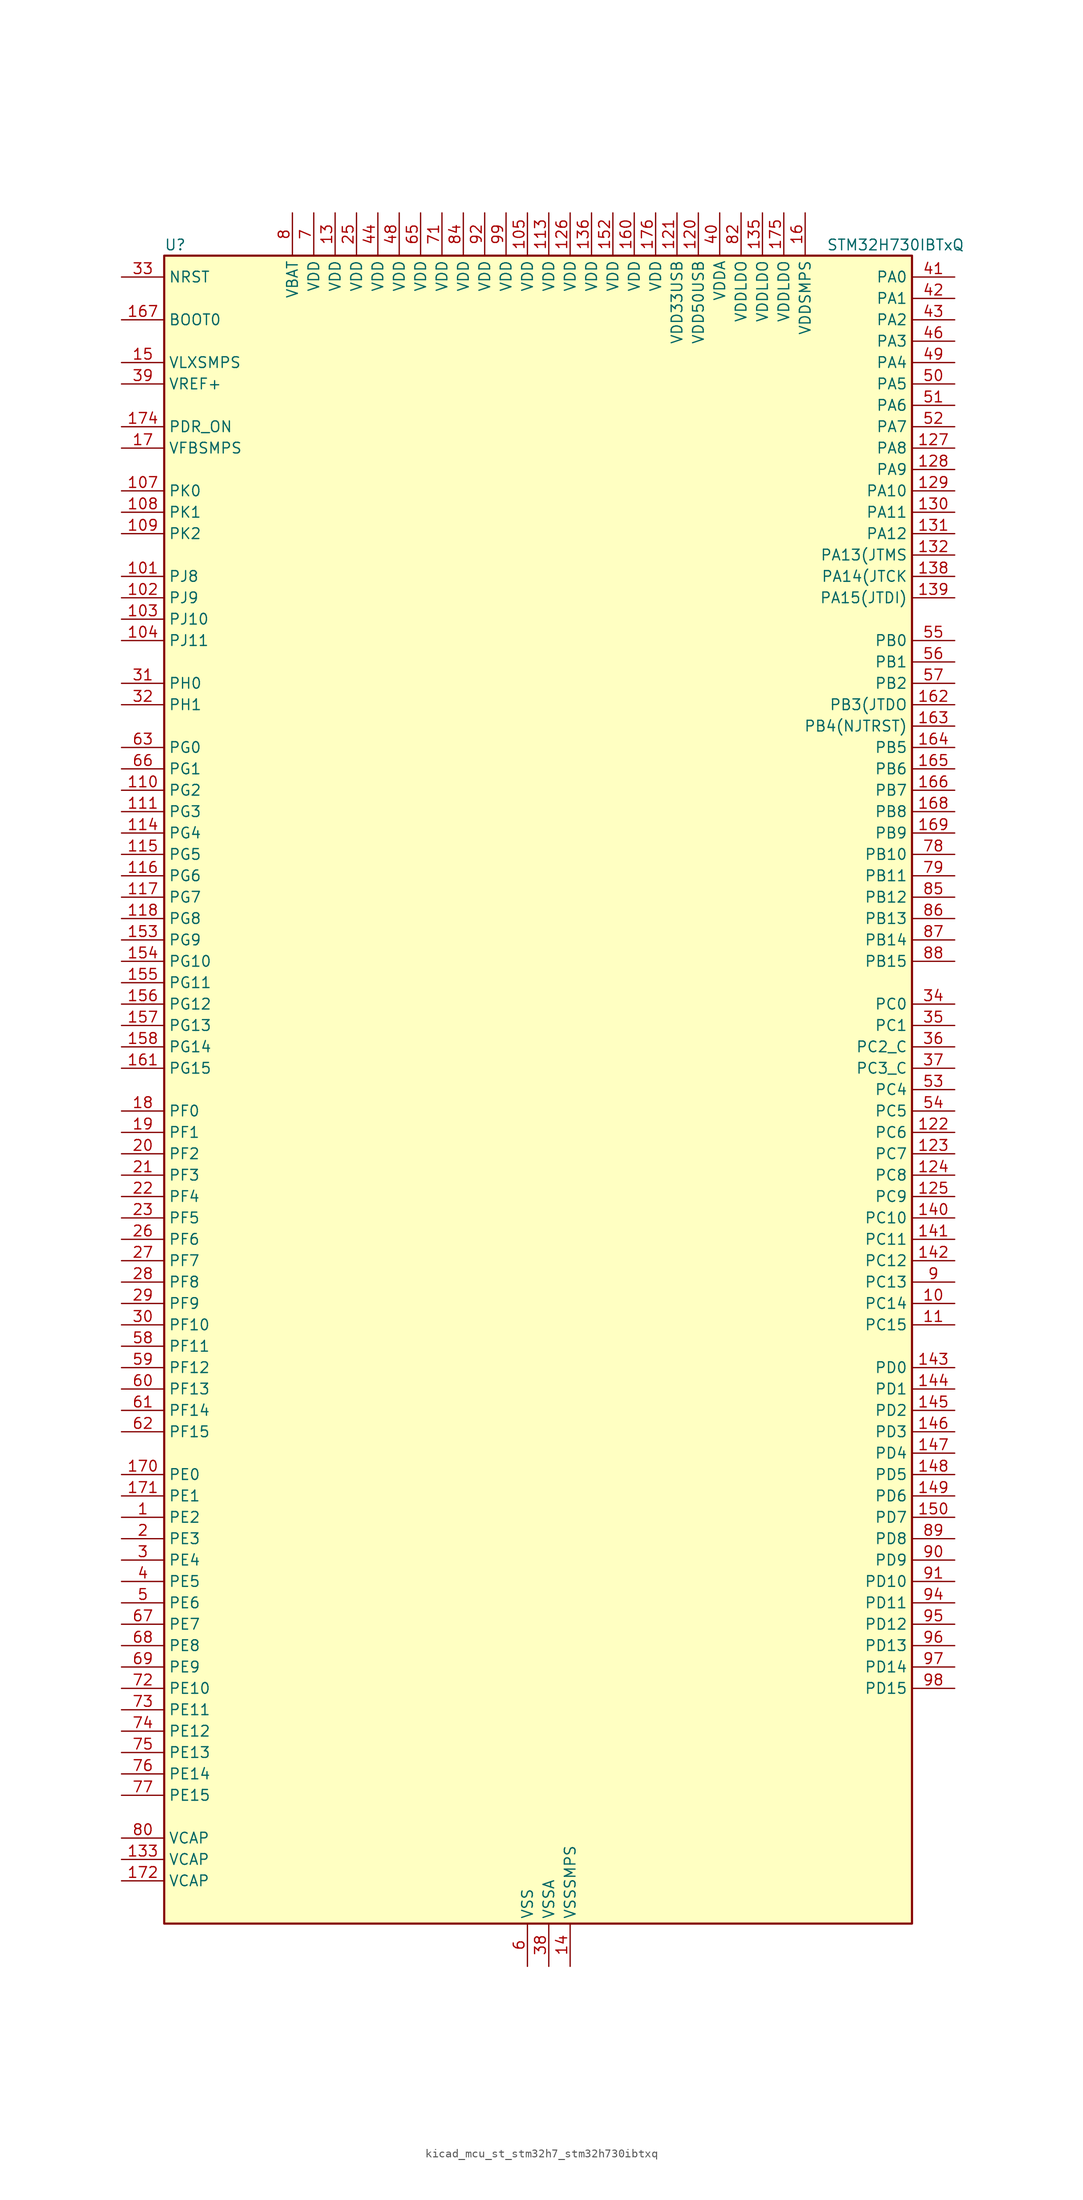
<source format=kicad_sym>
(kicad_symbol_lib
  (version 20220914)
  (generator kicad_symbol_editor)
  (symbol "kicad_mcu_st_stm32h7_stm32h730ibtxq"
    (property "Reference" "U"
      (at -43.18 100.33 0)
      (effects (font (size 1.27 1.27)) (justify left)))
    (property "Value" "STM32H730IBTxQ"
      (at 35.56 100.33 0)
      (effects (font (size 1.27 1.27)) (justify left)))
    (property "ki_locked" ""
      (at 0 0 0)
      (effects (font (size 1.27 1.27))))
    (symbol "kicad_mcu_st_stm32h7_stm32h730ibtxq_0_1"
      (rectangle (start -43.18 -99.06) (end 45.72 99.06) (stroke (width 0.254) (type default)) (fill (type background))))
    (symbol "kicad_mcu_st_stm32h7_stm32h730ibtxq_1_1"
      (pin bidirectional line (at -48.26 -50.8 0) (length 5.08) (name "PE2" (effects (font (size 1.27 1.27)))) (number "1" (effects (font (size 1.27 1.27)))) (alternate "DEBUG_TRACECLK" bidirectional line) (alternate "ETH_TXD3" bidirectional line) (alternate "FMC_A23" bidirectional line) (alternate "OCTOSPIM_P1_IO2" bidirectional line) (alternate "SAI1_CK1" bidirectional line) (alternate "SAI1_MCLK_A" bidirectional line) (alternate "SAI4_CK1" bidirectional line) (alternate "SAI4_MCLK_A" bidirectional line) (alternate "SPI4_SCK" bidirectional line) (alternate "USART10_RX" bidirectional line))
      (pin bidirectional line (at 50.8 -25.4 180) (length 5.08) (name "PC14" (effects (font (size 1.27 1.27)))) (number "10" (effects (font (size 1.27 1.27)))) (alternate "RCC_OSC32_IN" bidirectional line))
      (pin passive line (at 0 -104.14 90) (length 5.08) hide (name "VSS" (effects (font (size 1.27 1.27)))) (number "100" (effects (font (size 1.27 1.27)))))
      (pin bidirectional line (at -48.26 60.96 0) (length 5.08) (name "PJ8" (effects (font (size 1.27 1.27)))) (number "101" (effects (font (size 1.27 1.27)))) (alternate "LTDC_G1" bidirectional line) (alternate "TIM1_CH3N" bidirectional line) (alternate "TIM8_CH1" bidirectional line) (alternate "UART8_TX" bidirectional line))
      (pin bidirectional line (at -48.26 58.42 0) (length 5.08) (name "PJ9" (effects (font (size 1.27 1.27)))) (number "102" (effects (font (size 1.27 1.27)))) (alternate "DAC1_EXTI9" bidirectional line) (alternate "LTDC_G2" bidirectional line) (alternate "TIM1_CH3" bidirectional line) (alternate "TIM8_CH1N" bidirectional line) (alternate "UART8_RX" bidirectional line))
      (pin bidirectional line (at -48.26 55.88 0) (length 5.08) (name "PJ10" (effects (font (size 1.27 1.27)))) (number "103" (effects (font (size 1.27 1.27)))) (alternate "LTDC_G3" bidirectional line) (alternate "SPI5_MOSI" bidirectional line) (alternate "TIM1_CH2N" bidirectional line) (alternate "TIM8_CH2" bidirectional line))
      (pin bidirectional line (at -48.26 53.34 0) (length 5.08) (name "PJ11" (effects (font (size 1.27 1.27)))) (number "104" (effects (font (size 1.27 1.27)))) (alternate "ADC1_EXTI11" bidirectional line) (alternate "ADC2_EXTI11" bidirectional line) (alternate "ADC3_EXTI11" bidirectional line) (alternate "LTDC_G4" bidirectional line) (alternate "SPI5_MISO" bidirectional line) (alternate "TIM1_CH2" bidirectional line) (alternate "TIM8_CH2N" bidirectional line))
      (pin power_in line (at 0 104.14 270) (length 5.08) (name "VDD" (effects (font (size 1.27 1.27)))) (number "105" (effects (font (size 1.27 1.27)))))
      (pin passive line (at 0 -104.14 90) (length 5.08) hide (name "VSS" (effects (font (size 1.27 1.27)))) (number "106" (effects (font (size 1.27 1.27)))))
      (pin bidirectional line (at -48.26 71.12 0) (length 5.08) (name "PK0" (effects (font (size 1.27 1.27)))) (number "107" (effects (font (size 1.27 1.27)))) (alternate "LTDC_G5" bidirectional line) (alternate "SPI5_SCK" bidirectional line) (alternate "TIM1_CH1N" bidirectional line) (alternate "TIM8_CH3" bidirectional line))
      (pin bidirectional line (at -48.26 68.58 0) (length 5.08) (name "PK1" (effects (font (size 1.27 1.27)))) (number "108" (effects (font (size 1.27 1.27)))) (alternate "LTDC_G6" bidirectional line) (alternate "SPI5_NSS" bidirectional line) (alternate "TIM1_CH1" bidirectional line) (alternate "TIM8_CH3N" bidirectional line))
      (pin bidirectional line (at -48.26 66.04 0) (length 5.08) (name "PK2" (effects (font (size 1.27 1.27)))) (number "109" (effects (font (size 1.27 1.27)))) (alternate "LTDC_G7" bidirectional line) (alternate "TIM1_BKIN" bidirectional line) (alternate "TIM1_BKIN_COMP1" bidirectional line) (alternate "TIM1_BKIN_COMP2" bidirectional line) (alternate "TIM8_BKIN" bidirectional line) (alternate "TIM8_BKIN_COMP1" bidirectional line) (alternate "TIM8_BKIN_COMP2" bidirectional line))
      (pin bidirectional line (at 50.8 -27.94 180) (length 5.08) (name "PC15" (effects (font (size 1.27 1.27)))) (number "11" (effects (font (size 1.27 1.27)))) (alternate "ADC1_EXTI15" bidirectional line) (alternate "ADC2_EXTI15" bidirectional line) (alternate "ADC3_EXTI15" bidirectional line) (alternate "RCC_OSC32_OUT" bidirectional line))
      (pin bidirectional line (at -48.26 35.56 0) (length 5.08) (name "PG2" (effects (font (size 1.27 1.27)))) (number "110" (effects (font (size 1.27 1.27)))) (alternate "FMC_A12" bidirectional line) (alternate "TIM24_ETR" bidirectional line) (alternate "TIM8_BKIN" bidirectional line) (alternate "TIM8_BKIN_COMP1" bidirectional line) (alternate "TIM8_BKIN_COMP2" bidirectional line))
      (pin bidirectional line (at -48.26 33.02 0) (length 5.08) (name "PG3" (effects (font (size 1.27 1.27)))) (number "111" (effects (font (size 1.27 1.27)))) (alternate "FMC_A13" bidirectional line) (alternate "TIM23_ETR" bidirectional line) (alternate "TIM8_BKIN2" bidirectional line) (alternate "TIM8_BKIN2_COMP1" bidirectional line) (alternate "TIM8_BKIN2_COMP2" bidirectional line))
      (pin passive line (at 0 -104.14 90) (length 5.08) hide (name "VSS" (effects (font (size 1.27 1.27)))) (number "112" (effects (font (size 1.27 1.27)))))
      (pin power_in line (at 2.54 104.14 270) (length 5.08) (name "VDD" (effects (font (size 1.27 1.27)))) (number "113" (effects (font (size 1.27 1.27)))))
      (pin bidirectional line (at -48.26 30.48 0) (length 5.08) (name "PG4" (effects (font (size 1.27 1.27)))) (number "114" (effects (font (size 1.27 1.27)))) (alternate "FMC_A14" bidirectional line) (alternate "FMC_BA0" bidirectional line) (alternate "TIM1_BKIN2" bidirectional line) (alternate "TIM1_BKIN2_COMP1" bidirectional line) (alternate "TIM1_BKIN2_COMP2" bidirectional line))
      (pin bidirectional line (at -48.26 27.94 0) (length 5.08) (name "PG5" (effects (font (size 1.27 1.27)))) (number "115" (effects (font (size 1.27 1.27)))) (alternate "FMC_A15" bidirectional line) (alternate "FMC_BA1" bidirectional line) (alternate "TIM1_ETR" bidirectional line))
      (pin bidirectional line (at -48.26 25.4 0) (length 5.08) (name "PG6" (effects (font (size 1.27 1.27)))) (number "116" (effects (font (size 1.27 1.27)))) (alternate "DCMI_D12" bidirectional line) (alternate "FMC_NE3" bidirectional line) (alternate "LTDC_R7" bidirectional line) (alternate "OCTOSPIM_P1_NCS" bidirectional line) (alternate "PSSI_D12" bidirectional line) (alternate "TIM17_BKIN" bidirectional line))
      (pin bidirectional line (at -48.26 22.86 0) (length 5.08) (name "PG7" (effects (font (size 1.27 1.27)))) (number "117" (effects (font (size 1.27 1.27)))) (alternate "DCMI_D13" bidirectional line) (alternate "FMC_INT" bidirectional line) (alternate "LTDC_CLK" bidirectional line) (alternate "OCTOSPIM_P2_DQS" bidirectional line) (alternate "PSSI_D13" bidirectional line) (alternate "SAI1_MCLK_A" bidirectional line) (alternate "USART6_CK" bidirectional line))
      (pin bidirectional line (at -48.26 20.32 0) (length 5.08) (name "PG8" (effects (font (size 1.27 1.27)))) (number "118" (effects (font (size 1.27 1.27)))) (alternate "ETH_PPS_OUT" bidirectional line) (alternate "FMC_SDCLK" bidirectional line) (alternate "I2S6_WS" bidirectional line) (alternate "LTDC_G7" bidirectional line) (alternate "SPDIFRX1_IN2" bidirectional line) (alternate "SPI6_NSS" bidirectional line) (alternate "TIM8_ETR" bidirectional line) (alternate "USART6_DE" bidirectional line) (alternate "USART6_RTS" bidirectional line))
      (pin passive line (at 0 -104.14 90) (length 5.08) hide (name "VSS" (effects (font (size 1.27 1.27)))) (number "119" (effects (font (size 1.27 1.27)))))
      (pin passive line (at 0 -104.14 90) (length 5.08) hide (name "VSS" (effects (font (size 1.27 1.27)))) (number "12" (effects (font (size 1.27 1.27)))))
      (pin power_in line (at 20.32 104.14 270) (length 5.08) (name "VDD50USB" (effects (font (size 1.27 1.27)))) (number "120" (effects (font (size 1.27 1.27)))))
      (pin power_in line (at 17.78 104.14 270) (length 5.08) (name "VDD33USB" (effects (font (size 1.27 1.27)))) (number "121" (effects (font (size 1.27 1.27)))))
      (pin bidirectional line (at 50.8 -5.08 180) (length 5.08) (name "PC6" (effects (font (size 1.27 1.27)))) (number "122" (effects (font (size 1.27 1.27)))) (alternate "DCMI_D0" bidirectional line) (alternate "DFSDM1_CKIN3" bidirectional line) (alternate "FMC_NWAIT" bidirectional line) (alternate "I2S2_MCK" bidirectional line) (alternate "LTDC_HSYNC" bidirectional line) (alternate "PSSI_D0" bidirectional line) (alternate "SDMMC1_D0DIR" bidirectional line) (alternate "SDMMC1_D6" bidirectional line) (alternate "SDMMC2_D6" bidirectional line) (alternate "SWPMI1_IO" bidirectional line) (alternate "TIM3_CH1" bidirectional line) (alternate "TIM8_CH1" bidirectional line) (alternate "USART6_TX" bidirectional line))
      (pin bidirectional line (at 50.8 -7.62 180) (length 5.08) (name "PC7" (effects (font (size 1.27 1.27)))) (number "123" (effects (font (size 1.27 1.27)))) (alternate "DCMI_D1" bidirectional line) (alternate "DEBUG_TRGIO" bidirectional line) (alternate "DFSDM1_DATIN3" bidirectional line) (alternate "FMC_NE1" bidirectional line) (alternate "I2S3_MCK" bidirectional line) (alternate "LTDC_G6" bidirectional line) (alternate "PSSI_D1" bidirectional line) (alternate "SDMMC1_D123DIR" bidirectional line) (alternate "SDMMC1_D7" bidirectional line) (alternate "SDMMC2_D7" bidirectional line) (alternate "SWPMI1_TX" bidirectional line) (alternate "TIM3_CH2" bidirectional line) (alternate "TIM8_CH2" bidirectional line) (alternate "USART6_RX" bidirectional line))
      (pin bidirectional line (at 50.8 -10.16 180) (length 5.08) (name "PC8" (effects (font (size 1.27 1.27)))) (number "124" (effects (font (size 1.27 1.27)))) (alternate "DCMI_D2" bidirectional line) (alternate "DEBUG_TRACED1" bidirectional line) (alternate "FMC_INT" bidirectional line) (alternate "FMC_NCE" bidirectional line) (alternate "FMC_NE2" bidirectional line) (alternate "PSSI_D2" bidirectional line) (alternate "SDMMC1_D0" bidirectional line) (alternate "SWPMI1_RX" bidirectional line) (alternate "TIM3_CH3" bidirectional line) (alternate "TIM8_CH3" bidirectional line) (alternate "UART5_DE" bidirectional line) (alternate "UART5_RTS" bidirectional line) (alternate "USART6_CK" bidirectional line))
      (pin bidirectional line (at 50.8 -12.7 180) (length 5.08) (name "PC9" (effects (font (size 1.27 1.27)))) (number "125" (effects (font (size 1.27 1.27)))) (alternate "DAC1_EXTI9" bidirectional line) (alternate "DCMI_D3" bidirectional line) (alternate "I2C3_SDA" bidirectional line) (alternate "I2C5_SDA" bidirectional line) (alternate "I2S_CKIN" bidirectional line) (alternate "LTDC_B2" bidirectional line) (alternate "LTDC_G3" bidirectional line) (alternate "OCTOSPIM_P1_IO0" bidirectional line) (alternate "PSSI_D3" bidirectional line) (alternate "RCC_MCO_2" bidirectional line) (alternate "SDMMC1_D1" bidirectional line) (alternate "SWPMI1_SUSPEND" bidirectional line) (alternate "TIM3_CH4" bidirectional line) (alternate "TIM8_CH4" bidirectional line) (alternate "UART5_CTS" bidirectional line))
      (pin power_in line (at 5.08 104.14 270) (length 5.08) (name "VDD" (effects (font (size 1.27 1.27)))) (number "126" (effects (font (size 1.27 1.27)))))
      (pin bidirectional line (at 50.8 76.2 180) (length 5.08) (name "PA8" (effects (font (size 1.27 1.27)))) (number "127" (effects (font (size 1.27 1.27)))) (alternate "I2C3_SCL" bidirectional line) (alternate "I2C5_SCL" bidirectional line) (alternate "LTDC_B3" bidirectional line) (alternate "LTDC_R6" bidirectional line) (alternate "RCC_MCO_1" bidirectional line) (alternate "TIM1_CH1" bidirectional line) (alternate "TIM8_BKIN2" bidirectional line) (alternate "TIM8_BKIN2_COMP1" bidirectional line) (alternate "TIM8_BKIN2_COMP2" bidirectional line) (alternate "UART7_RX" bidirectional line) (alternate "USART1_CK" bidirectional line) (alternate "USB_OTG_HS_SOF" bidirectional line))
      (pin bidirectional line (at 50.8 73.66 180) (length 5.08) (name "PA9" (effects (font (size 1.27 1.27)))) (number "128" (effects (font (size 1.27 1.27)))) (alternate "DAC1_EXTI9" bidirectional line) (alternate "DCMI_D0" bidirectional line) (alternate "ETH_TX_ER" bidirectional line) (alternate "I2C3_SMBA" bidirectional line) (alternate "I2C5_SMBA" bidirectional line) (alternate "I2S2_CK" bidirectional line) (alternate "LPUART1_TX" bidirectional line) (alternate "LTDC_R5" bidirectional line) (alternate "PSSI_D0" bidirectional line) (alternate "SPI2_SCK" bidirectional line) (alternate "TIM1_CH2" bidirectional line) (alternate "USART1_TX" bidirectional line) (alternate "USB_OTG_HS_VBUS" bidirectional line))
      (pin bidirectional line (at 50.8 71.12 180) (length 5.08) (name "PA10" (effects (font (size 1.27 1.27)))) (number "129" (effects (font (size 1.27 1.27)))) (alternate "DCMI_D1" bidirectional line) (alternate "LPUART1_RX" bidirectional line) (alternate "LTDC_B1" bidirectional line) (alternate "LTDC_B4" bidirectional line) (alternate "MDIOS_MDIO" bidirectional line) (alternate "PSSI_D1" bidirectional line) (alternate "TIM1_CH3" bidirectional line) (alternate "USART1_RX" bidirectional line) (alternate "USB_OTG_HS_ID" bidirectional line))
      (pin power_in line (at -22.86 104.14 270) (length 5.08) (name "VDD" (effects (font (size 1.27 1.27)))) (number "13" (effects (font (size 1.27 1.27)))))
      (pin bidirectional line (at 50.8 68.58 180) (length 5.08) (name "PA11" (effects (font (size 1.27 1.27)))) (number "130" (effects (font (size 1.27 1.27)))) (alternate "ADC1_EXTI11" bidirectional line) (alternate "ADC2_EXTI11" bidirectional line) (alternate "ADC3_EXTI11" bidirectional line) (alternate "FDCAN1_RX" bidirectional line) (alternate "I2S2_WS" bidirectional line) (alternate "LPUART1_CTS" bidirectional line) (alternate "LTDC_R4" bidirectional line) (alternate "SPI2_NSS" bidirectional line) (alternate "TIM1_CH4" bidirectional line) (alternate "UART4_RX" bidirectional line) (alternate "USART1_CTS" bidirectional line) (alternate "USART1_NSS" bidirectional line) (alternate "USB_OTG_HS_DM" bidirectional line))
      (pin bidirectional line (at 50.8 66.04 180) (length 5.08) (name "PA12" (effects (font (size 1.27 1.27)))) (number "131" (effects (font (size 1.27 1.27)))) (alternate "FDCAN1_TX" bidirectional line) (alternate "I2S2_CK" bidirectional line) (alternate "LPUART1_DE" bidirectional line) (alternate "LPUART1_RTS" bidirectional line) (alternate "LTDC_R5" bidirectional line) (alternate "SAI4_FS_B" bidirectional line) (alternate "SPI2_SCK" bidirectional line) (alternate "TIM1_BKIN2" bidirectional line) (alternate "TIM1_ETR" bidirectional line) (alternate "UART4_TX" bidirectional line) (alternate "USART1_DE" bidirectional line) (alternate "USART1_RTS" bidirectional line) (alternate "USB_OTG_HS_DP" bidirectional line))
      (pin bidirectional line (at 50.8 63.5 180) (length 5.08) (name "PA13(JTMS" (effects (font (size 1.27 1.27)))) (number "132" (effects (font (size 1.27 1.27)))) (alternate "DEBUG_JTMS-SWDIO" bidirectional line))
      (pin power_out line (at -48.26 -91.44 0) (length 5.08) (name "VCAP" (effects (font (size 1.27 1.27)))) (number "133" (effects (font (size 1.27 1.27)))))
      (pin passive line (at 0 -104.14 90) (length 5.08) hide (name "VSS" (effects (font (size 1.27 1.27)))) (number "134" (effects (font (size 1.27 1.27)))))
      (pin power_in line (at 27.94 104.14 270) (length 5.08) (name "VDDLDO" (effects (font (size 1.27 1.27)))) (number "135" (effects (font (size 1.27 1.27)))))
      (pin power_in line (at 7.62 104.14 270) (length 5.08) (name "VDD" (effects (font (size 1.27 1.27)))) (number "136" (effects (font (size 1.27 1.27)))))
      (pin passive line (at 0 -104.14 90) (length 5.08) hide (name "VSS" (effects (font (size 1.27 1.27)))) (number "137" (effects (font (size 1.27 1.27)))))
      (pin bidirectional line (at 50.8 60.96 180) (length 5.08) (name "PA14(JTCK" (effects (font (size 1.27 1.27)))) (number "138" (effects (font (size 1.27 1.27)))) (alternate "DEBUG_JTCK-SWCLK" bidirectional line))
      (pin bidirectional line (at 50.8 58.42 180) (length 5.08) (name "PA15(JTDI)" (effects (font (size 1.27 1.27)))) (number "139" (effects (font (size 1.27 1.27)))) (alternate "ADC1_EXTI15" bidirectional line) (alternate "ADC2_EXTI15" bidirectional line) (alternate "ADC3_EXTI15" bidirectional line) (alternate "CEC" bidirectional line) (alternate "DEBUG_JTDI" bidirectional line) (alternate "I2S1_WS" bidirectional line) (alternate "I2S3_WS" bidirectional line) (alternate "I2S6_WS" bidirectional line) (alternate "LTDC_B6" bidirectional line) (alternate "LTDC_R3" bidirectional line) (alternate "SPI1_NSS" bidirectional line) (alternate "SPI3_NSS" bidirectional line) (alternate "SPI6_NSS" bidirectional line) (alternate "TIM2_CH1" bidirectional line) (alternate "TIM2_ETR" bidirectional line) (alternate "UART4_DE" bidirectional line) (alternate "UART4_RTS" bidirectional line) (alternate "UART7_TX" bidirectional line))
      (pin power_in line (at 5.08 -104.14 90) (length 5.08) (name "VSSSMPS" (effects (font (size 1.27 1.27)))) (number "14" (effects (font (size 1.27 1.27)))))
      (pin bidirectional line (at 50.8 -15.24 180) (length 5.08) (name "PC10" (effects (font (size 1.27 1.27)))) (number "140" (effects (font (size 1.27 1.27)))) (alternate "DCMI_D8" bidirectional line) (alternate "DFSDM1_CKIN5" bidirectional line) (alternate "I2C5_SDA" bidirectional line) (alternate "I2S3_CK" bidirectional line) (alternate "LTDC_B1" bidirectional line) (alternate "LTDC_R2" bidirectional line) (alternate "OCTOSPIM_P1_IO1" bidirectional line) (alternate "PSSI_D8" bidirectional line) (alternate "SDMMC1_D2" bidirectional line) (alternate "SPI3_SCK" bidirectional line) (alternate "SWPMI1_RX" bidirectional line) (alternate "UART4_TX" bidirectional line) (alternate "USART3_TX" bidirectional line))
      (pin bidirectional line (at 50.8 -17.78 180) (length 5.08) (name "PC11" (effects (font (size 1.27 1.27)))) (number "141" (effects (font (size 1.27 1.27)))) (alternate "ADC1_EXTI11" bidirectional line) (alternate "ADC2_EXTI11" bidirectional line) (alternate "ADC3_EXTI11" bidirectional line) (alternate "DCMI_D4" bidirectional line) (alternate "DFSDM1_DATIN5" bidirectional line) (alternate "I2C5_SCL" bidirectional line) (alternate "I2S3_SDI" bidirectional line) (alternate "LTDC_B4" bidirectional line) (alternate "OCTOSPIM_P1_NCS" bidirectional line) (alternate "PSSI_D4" bidirectional line) (alternate "SDMMC1_D3" bidirectional line) (alternate "SPI3_MISO" bidirectional line) (alternate "UART4_RX" bidirectional line) (alternate "USART3_RX" bidirectional line))
      (pin bidirectional line (at 50.8 -20.32 180) (length 5.08) (name "PC12" (effects (font (size 1.27 1.27)))) (number "142" (effects (font (size 1.27 1.27)))) (alternate "DCMI_D9" bidirectional line) (alternate "DEBUG_TRACED3" bidirectional line) (alternate "FMC_D6" bidirectional line) (alternate "FMC_DA6" bidirectional line) (alternate "I2C5_SMBA" bidirectional line) (alternate "I2S3_SDO" bidirectional line) (alternate "I2S6_CK" bidirectional line) (alternate "LTDC_R6" bidirectional line) (alternate "PSSI_D9" bidirectional line) (alternate "SDMMC1_CK" bidirectional line) (alternate "SPI3_MOSI" bidirectional line) (alternate "SPI6_SCK" bidirectional line) (alternate "TIM15_CH1" bidirectional line) (alternate "UART5_TX" bidirectional line) (alternate "USART3_CK" bidirectional line))
      (pin bidirectional line (at 50.8 -33.02 180) (length 5.08) (name "PD0" (effects (font (size 1.27 1.27)))) (number "143" (effects (font (size 1.27 1.27)))) (alternate "DFSDM1_CKIN6" bidirectional line) (alternate "FDCAN1_RX" bidirectional line) (alternate "FMC_D2" bidirectional line) (alternate "FMC_DA2" bidirectional line) (alternate "LTDC_B1" bidirectional line) (alternate "UART4_RX" bidirectional line) (alternate "UART9_CTS" bidirectional line))
      (pin bidirectional line (at 50.8 -35.56 180) (length 5.08) (name "PD1" (effects (font (size 1.27 1.27)))) (number "144" (effects (font (size 1.27 1.27)))) (alternate "DFSDM1_DATIN6" bidirectional line) (alternate "FDCAN1_TX" bidirectional line) (alternate "FMC_D3" bidirectional line) (alternate "FMC_DA3" bidirectional line) (alternate "UART4_TX" bidirectional line))
      (pin bidirectional line (at 50.8 -38.1 180) (length 5.08) (name "PD2" (effects (font (size 1.27 1.27)))) (number "145" (effects (font (size 1.27 1.27)))) (alternate "DCMI_D11" bidirectional line) (alternate "DEBUG_TRACED2" bidirectional line) (alternate "FMC_D7" bidirectional line) (alternate "FMC_DA7" bidirectional line) (alternate "LTDC_B2" bidirectional line) (alternate "LTDC_B7" bidirectional line) (alternate "PSSI_D11" bidirectional line) (alternate "SDMMC1_CMD" bidirectional line) (alternate "TIM15_BKIN" bidirectional line) (alternate "TIM3_ETR" bidirectional line) (alternate "UART5_RX" bidirectional line))
      (pin bidirectional line (at 50.8 -40.64 180) (length 5.08) (name "PD3" (effects (font (size 1.27 1.27)))) (number "146" (effects (font (size 1.27 1.27)))) (alternate "DCMI_D5" bidirectional line) (alternate "DFSDM1_CKOUT" bidirectional line) (alternate "FMC_CLK" bidirectional line) (alternate "I2S2_CK" bidirectional line) (alternate "LTDC_G7" bidirectional line) (alternate "PSSI_D5" bidirectional line) (alternate "SPI2_SCK" bidirectional line) (alternate "USART2_CTS" bidirectional line) (alternate "USART2_NSS" bidirectional line))
      (pin bidirectional line (at 50.8 -43.18 180) (length 5.08) (name "PD4" (effects (font (size 1.27 1.27)))) (number "147" (effects (font (size 1.27 1.27)))) (alternate "FMC_NOE" bidirectional line) (alternate "OCTOSPIM_P1_IO4" bidirectional line) (alternate "USART2_DE" bidirectional line) (alternate "USART2_RTS" bidirectional line))
      (pin bidirectional line (at 50.8 -45.72 180) (length 5.08) (name "PD5" (effects (font (size 1.27 1.27)))) (number "148" (effects (font (size 1.27 1.27)))) (alternate "FMC_NWE" bidirectional line) (alternate "OCTOSPIM_P1_IO5" bidirectional line) (alternate "USART2_TX" bidirectional line))
      (pin bidirectional line (at 50.8 -48.26 180) (length 5.08) (name "PD6" (effects (font (size 1.27 1.27)))) (number "149" (effects (font (size 1.27 1.27)))) (alternate "DCMI_D10" bidirectional line) (alternate "DFSDM1_CKIN4" bidirectional line) (alternate "DFSDM1_DATIN1" bidirectional line) (alternate "FMC_NWAIT" bidirectional line) (alternate "I2S3_SDO" bidirectional line) (alternate "LTDC_B2" bidirectional line) (alternate "OCTOSPIM_P1_IO6" bidirectional line) (alternate "PSSI_D10" bidirectional line) (alternate "SAI1_D1" bidirectional line) (alternate "SAI1_SD_A" bidirectional line) (alternate "SAI4_D1" bidirectional line) (alternate "SAI4_SD_A" bidirectional line) (alternate "SDMMC2_CK" bidirectional line) (alternate "SPI3_MOSI" bidirectional line) (alternate "USART2_RX" bidirectional line))
      (pin power_in line (at -48.26 86.36 0) (length 5.08) (name "VLXSMPS" (effects (font (size 1.27 1.27)))) (number "15" (effects (font (size 1.27 1.27)))))
      (pin bidirectional line (at 50.8 -50.8 180) (length 5.08) (name "PD7" (effects (font (size 1.27 1.27)))) (number "150" (effects (font (size 1.27 1.27)))) (alternate "DFSDM1_CKIN1" bidirectional line) (alternate "DFSDM1_DATIN4" bidirectional line) (alternate "FMC_NE1" bidirectional line) (alternate "I2S1_SDO" bidirectional line) (alternate "OCTOSPIM_P1_IO7" bidirectional line) (alternate "SDMMC2_CMD" bidirectional line) (alternate "SPDIFRX1_IN0" bidirectional line) (alternate "SPI1_MOSI" bidirectional line) (alternate "USART2_CK" bidirectional line))
      (pin passive line (at 0 -104.14 90) (length 5.08) hide (name "VSS" (effects (font (size 1.27 1.27)))) (number "151" (effects (font (size 1.27 1.27)))))
      (pin power_in line (at 10.16 104.14 270) (length 5.08) (name "VDD" (effects (font (size 1.27 1.27)))) (number "152" (effects (font (size 1.27 1.27)))))
      (pin bidirectional line (at -48.26 17.78 0) (length 5.08) (name "PG9" (effects (font (size 1.27 1.27)))) (number "153" (effects (font (size 1.27 1.27)))) (alternate "DAC1_EXTI9" bidirectional line) (alternate "DCMI_VSYNC" bidirectional line) (alternate "FDCAN3_TX" bidirectional line) (alternate "FMC_NCE" bidirectional line) (alternate "FMC_NE2" bidirectional line) (alternate "I2S1_SDI" bidirectional line) (alternate "OCTOSPIM_P1_IO6" bidirectional line) (alternate "PSSI_RDY" bidirectional line) (alternate "SAI4_FS_B" bidirectional line) (alternate "SDMMC2_D0" bidirectional line) (alternate "SPDIFRX1_IN3" bidirectional line) (alternate "SPI1_MISO" bidirectional line) (alternate "USART6_RX" bidirectional line))
      (pin bidirectional line (at -48.26 15.24 0) (length 5.08) (name "PG10" (effects (font (size 1.27 1.27)))) (number "154" (effects (font (size 1.27 1.27)))) (alternate "DCMI_D2" bidirectional line) (alternate "FDCAN3_RX" bidirectional line) (alternate "FMC_NE3" bidirectional line) (alternate "I2S1_WS" bidirectional line) (alternate "LTDC_B2" bidirectional line) (alternate "LTDC_G3" bidirectional line) (alternate "OCTOSPIM_P2_IO6" bidirectional line) (alternate "PSSI_D2" bidirectional line) (alternate "SAI4_SD_B" bidirectional line) (alternate "SDMMC2_D1" bidirectional line) (alternate "SPI1_NSS" bidirectional line))
      (pin bidirectional line (at -48.26 12.7 0) (length 5.08) (name "PG11" (effects (font (size 1.27 1.27)))) (number "155" (effects (font (size 1.27 1.27)))) (alternate "ADC1_EXTI11" bidirectional line) (alternate "ADC2_EXTI11" bidirectional line) (alternate "ADC3_EXTI11" bidirectional line) (alternate "DCMI_D3" bidirectional line) (alternate "ETH_TX_EN" bidirectional line) (alternate "I2S1_CK" bidirectional line) (alternate "LPTIM1_IN2" bidirectional line) (alternate "LTDC_B3" bidirectional line) (alternate "OCTOSPIM_P2_IO7" bidirectional line) (alternate "PSSI_D3" bidirectional line) (alternate "SDMMC2_D2" bidirectional line) (alternate "SPDIFRX1_IN0" bidirectional line) (alternate "SPI1_SCK" bidirectional line) (alternate "USART10_RX" bidirectional line))
      (pin bidirectional line (at -48.26 10.16 0) (length 5.08) (name "PG12" (effects (font (size 1.27 1.27)))) (number "156" (effects (font (size 1.27 1.27)))) (alternate "ETH_TXD1" bidirectional line) (alternate "FMC_NE4" bidirectional line) (alternate "I2S6_SDI" bidirectional line) (alternate "LPTIM1_IN1" bidirectional line) (alternate "LTDC_B1" bidirectional line) (alternate "LTDC_B4" bidirectional line) (alternate "OCTOSPIM_P2_NCS" bidirectional line) (alternate "SDMMC2_D3" bidirectional line) (alternate "SPDIFRX1_IN1" bidirectional line) (alternate "SPI6_MISO" bidirectional line) (alternate "TIM23_CH1" bidirectional line) (alternate "USART10_TX" bidirectional line) (alternate "USART6_DE" bidirectional line) (alternate "USART6_RTS" bidirectional line))
      (pin bidirectional line (at -48.26 7.62 0) (length 5.08) (name "PG13" (effects (font (size 1.27 1.27)))) (number "157" (effects (font (size 1.27 1.27)))) (alternate "DEBUG_TRACED0" bidirectional line) (alternate "ETH_TXD0" bidirectional line) (alternate "FMC_A24" bidirectional line) (alternate "I2S6_CK" bidirectional line) (alternate "LPTIM1_OUT" bidirectional line) (alternate "LTDC_R0" bidirectional line) (alternate "SDMMC2_D6" bidirectional line) (alternate "SPI6_SCK" bidirectional line) (alternate "TIM23_CH2" bidirectional line) (alternate "USART10_CTS" bidirectional line) (alternate "USART10_NSS" bidirectional line) (alternate "USART6_CTS" bidirectional line) (alternate "USART6_NSS" bidirectional line))
      (pin bidirectional line (at -48.26 5.08 0) (length 5.08) (name "PG14" (effects (font (size 1.27 1.27)))) (number "158" (effects (font (size 1.27 1.27)))) (alternate "DEBUG_TRACED1" bidirectional line) (alternate "ETH_TXD1" bidirectional line) (alternate "FMC_A25" bidirectional line) (alternate "I2S6_SDO" bidirectional line) (alternate "LPTIM1_ETR" bidirectional line) (alternate "LTDC_B0" bidirectional line) (alternate "OCTOSPIM_P1_IO7" bidirectional line) (alternate "SDMMC2_D7" bidirectional line) (alternate "SPI6_MOSI" bidirectional line) (alternate "TIM23_CH3" bidirectional line) (alternate "USART10_DE" bidirectional line) (alternate "USART10_RTS" bidirectional line) (alternate "USART6_TX" bidirectional line))
      (pin passive line (at 0 -104.14 90) (length 5.08) hide (name "VSS" (effects (font (size 1.27 1.27)))) (number "159" (effects (font (size 1.27 1.27)))))
      (pin power_in line (at 33.02 104.14 270) (length 5.08) (name "VDDSMPS" (effects (font (size 1.27 1.27)))) (number "16" (effects (font (size 1.27 1.27)))))
      (pin power_in line (at 12.7 104.14 270) (length 5.08) (name "VDD" (effects (font (size 1.27 1.27)))) (number "160" (effects (font (size 1.27 1.27)))))
      (pin bidirectional line (at -48.26 2.54 0) (length 5.08) (name "PG15" (effects (font (size 1.27 1.27)))) (number "161" (effects (font (size 1.27 1.27)))) (alternate "ADC1_EXTI15" bidirectional line) (alternate "ADC2_EXTI15" bidirectional line) (alternate "ADC3_EXTI15" bidirectional line) (alternate "DCMI_D13" bidirectional line) (alternate "FMC_SDNCAS" bidirectional line) (alternate "OCTOSPIM_P2_DQS" bidirectional line) (alternate "PSSI_D13" bidirectional line) (alternate "USART10_CK" bidirectional line) (alternate "USART6_CTS" bidirectional line) (alternate "USART6_NSS" bidirectional line))
      (pin bidirectional line (at 50.8 45.72 180) (length 5.08) (name "PB3(JTDO" (effects (font (size 1.27 1.27)))) (number "162" (effects (font (size 1.27 1.27)))) (alternate "CRS_SYNC" bidirectional line) (alternate "DEBUG_JTDO-SWO" bidirectional line) (alternate "I2S1_CK" bidirectional line) (alternate "I2S3_CK" bidirectional line) (alternate "I2S6_CK" bidirectional line) (alternate "SDMMC2_D2" bidirectional line) (alternate "SPI1_SCK" bidirectional line) (alternate "SPI3_SCK" bidirectional line) (alternate "SPI6_SCK" bidirectional line) (alternate "TIM24_ETR" bidirectional line) (alternate "TIM2_CH2" bidirectional line) (alternate "UART7_RX" bidirectional line))
      (pin bidirectional line (at 50.8 43.18 180) (length 5.08) (name "PB4(NJTRST)" (effects (font (size 1.27 1.27)))) (number "163" (effects (font (size 1.27 1.27)))) (alternate "DEBUG_JTRST" bidirectional line) (alternate "I2S1_SDI" bidirectional line) (alternate "I2S2_WS" bidirectional line) (alternate "I2S3_SDI" bidirectional line) (alternate "I2S6_SDI" bidirectional line) (alternate "SDMMC2_D3" bidirectional line) (alternate "SPI1_MISO" bidirectional line) (alternate "SPI2_NSS" bidirectional line) (alternate "SPI3_MISO" bidirectional line) (alternate "SPI6_MISO" bidirectional line) (alternate "TIM16_BKIN" bidirectional line) (alternate "TIM3_CH1" bidirectional line) (alternate "UART7_TX" bidirectional line))
      (pin bidirectional line (at 50.8 40.64 180) (length 5.08) (name "PB5" (effects (font (size 1.27 1.27)))) (number "164" (effects (font (size 1.27 1.27)))) (alternate "DCMI_D10" bidirectional line) (alternate "ETH_PPS_OUT" bidirectional line) (alternate "FDCAN2_RX" bidirectional line) (alternate "FMC_SDCKE1" bidirectional line) (alternate "I2C1_SMBA" bidirectional line) (alternate "I2C4_SMBA" bidirectional line) (alternate "I2S1_SDO" bidirectional line) (alternate "I2S3_SDO" bidirectional line) (alternate "I2S6_SDO" bidirectional line) (alternate "LTDC_B5" bidirectional line) (alternate "PSSI_D10" bidirectional line) (alternate "SPI1_MOSI" bidirectional line) (alternate "SPI3_MOSI" bidirectional line) (alternate "SPI6_MOSI" bidirectional line) (alternate "TIM17_BKIN" bidirectional line) (alternate "TIM3_CH2" bidirectional line) (alternate "UART5_RX" bidirectional line) (alternate "USB_OTG_HS_ULPI_D7" bidirectional line))
      (pin bidirectional line (at 50.8 38.1 180) (length 5.08) (name "PB6" (effects (font (size 1.27 1.27)))) (number "165" (effects (font (size 1.27 1.27)))) (alternate "CEC" bidirectional line) (alternate "DCMI_D5" bidirectional line) (alternate "DFSDM1_DATIN5" bidirectional line) (alternate "FDCAN2_TX" bidirectional line) (alternate "FMC_SDNE1" bidirectional line) (alternate "I2C1_SCL" bidirectional line) (alternate "I2C4_SCL" bidirectional line) (alternate "LPUART1_TX" bidirectional line) (alternate "OCTOSPIM_P1_NCS" bidirectional line) (alternate "PSSI_D5" bidirectional line) (alternate "TIM16_CH1N" bidirectional line) (alternate "TIM4_CH1" bidirectional line) (alternate "UART5_TX" bidirectional line) (alternate "USART1_TX" bidirectional line))
      (pin bidirectional line (at 50.8 35.56 180) (length 5.08) (name "PB7" (effects (font (size 1.27 1.27)))) (number "166" (effects (font (size 1.27 1.27)))) (alternate "DCMI_VSYNC" bidirectional line) (alternate "DFSDM1_CKIN5" bidirectional line) (alternate "FMC_NL" bidirectional line) (alternate "I2C1_SDA" bidirectional line) (alternate "I2C4_SDA" bidirectional line) (alternate "LPUART1_RX" bidirectional line) (alternate "PSSI_RDY" bidirectional line) (alternate "PWR_PVD_IN" bidirectional line) (alternate "TIM17_CH1N" bidirectional line) (alternate "TIM4_CH2" bidirectional line) (alternate "USART1_RX" bidirectional line))
      (pin input line (at -48.26 91.44 0) (length 5.08) (name "BOOT0" (effects (font (size 1.27 1.27)))) (number "167" (effects (font (size 1.27 1.27)))))
      (pin bidirectional line (at 50.8 33.02 180) (length 5.08) (name "PB8" (effects (font (size 1.27 1.27)))) (number "168" (effects (font (size 1.27 1.27)))) (alternate "DCMI_D6" bidirectional line) (alternate "DFSDM1_CKIN7" bidirectional line) (alternate "ETH_TXD3" bidirectional line) (alternate "FDCAN1_RX" bidirectional line) (alternate "I2C1_SCL" bidirectional line) (alternate "I2C4_SCL" bidirectional line) (alternate "LTDC_B6" bidirectional line) (alternate "PSSI_D6" bidirectional line) (alternate "SDMMC1_CKIN" bidirectional line) (alternate "SDMMC1_D4" bidirectional line) (alternate "SDMMC2_D4" bidirectional line) (alternate "TIM16_CH1" bidirectional line) (alternate "TIM4_CH3" bidirectional line) (alternate "UART4_RX" bidirectional line))
      (pin bidirectional line (at 50.8 30.48 180) (length 5.08) (name "PB9" (effects (font (size 1.27 1.27)))) (number "169" (effects (font (size 1.27 1.27)))) (alternate "DAC1_EXTI9" bidirectional line) (alternate "DCMI_D7" bidirectional line) (alternate "DFSDM1_DATIN7" bidirectional line) (alternate "FDCAN1_TX" bidirectional line) (alternate "I2C1_SDA" bidirectional line) (alternate "I2C4_SDA" bidirectional line) (alternate "I2C4_SMBA" bidirectional line) (alternate "I2S2_WS" bidirectional line) (alternate "LTDC_B7" bidirectional line) (alternate "PSSI_D7" bidirectional line) (alternate "SDMMC1_CDIR" bidirectional line) (alternate "SDMMC1_D5" bidirectional line) (alternate "SDMMC2_D5" bidirectional line) (alternate "SPI2_NSS" bidirectional line) (alternate "TIM17_CH1" bidirectional line) (alternate "TIM4_CH4" bidirectional line) (alternate "UART4_TX" bidirectional line))
      (pin input line (at -48.26 76.2 0) (length 5.08) (name "VFBSMPS" (effects (font (size 1.27 1.27)))) (number "17" (effects (font (size 1.27 1.27)))))
      (pin bidirectional line (at -48.26 -45.72 0) (length 5.08) (name "PE0" (effects (font (size 1.27 1.27)))) (number "170" (effects (font (size 1.27 1.27)))) (alternate "DCMI_D2" bidirectional line) (alternate "FMC_NBL0" bidirectional line) (alternate "LPTIM1_ETR" bidirectional line) (alternate "LPTIM2_ETR" bidirectional line) (alternate "LTDC_R0" bidirectional line) (alternate "PSSI_D2" bidirectional line) (alternate "SAI4_MCLK_A" bidirectional line) (alternate "TIM4_ETR" bidirectional line) (alternate "UART8_RX" bidirectional line))
      (pin bidirectional line (at -48.26 -48.26 0) (length 5.08) (name "PE1" (effects (font (size 1.27 1.27)))) (number "171" (effects (font (size 1.27 1.27)))) (alternate "DCMI_D3" bidirectional line) (alternate "FMC_NBL1" bidirectional line) (alternate "LPTIM1_IN2" bidirectional line) (alternate "LTDC_R6" bidirectional line) (alternate "PSSI_D3" bidirectional line) (alternate "UART8_TX" bidirectional line))
      (pin power_out line (at -48.26 -93.98 0) (length 5.08) (name "VCAP" (effects (font (size 1.27 1.27)))) (number "172" (effects (font (size 1.27 1.27)))))
      (pin passive line (at 0 -104.14 90) (length 5.08) hide (name "VSS" (effects (font (size 1.27 1.27)))) (number "173" (effects (font (size 1.27 1.27)))))
      (pin input line (at -48.26 78.74 0) (length 5.08) (name "PDR_ON" (effects (font (size 1.27 1.27)))) (number "174" (effects (font (size 1.27 1.27)))))
      (pin power_in line (at 30.48 104.14 270) (length 5.08) (name "VDDLDO" (effects (font (size 1.27 1.27)))) (number "175" (effects (font (size 1.27 1.27)))))
      (pin power_in line (at 15.24 104.14 270) (length 5.08) (name "VDD" (effects (font (size 1.27 1.27)))) (number "176" (effects (font (size 1.27 1.27)))))
      (pin bidirectional line (at -48.26 -2.54 0) (length 5.08) (name "PF0" (effects (font (size 1.27 1.27)))) (number "18" (effects (font (size 1.27 1.27)))) (alternate "FMC_A0" bidirectional line) (alternate "I2C2_SDA" bidirectional line) (alternate "I2C5_SDA" bidirectional line) (alternate "OCTOSPIM_P2_IO0" bidirectional line) (alternate "TIM23_CH1" bidirectional line))
      (pin bidirectional line (at -48.26 -5.08 0) (length 5.08) (name "PF1" (effects (font (size 1.27 1.27)))) (number "19" (effects (font (size 1.27 1.27)))) (alternate "FMC_A1" bidirectional line) (alternate "I2C2_SCL" bidirectional line) (alternate "I2C5_SCL" bidirectional line) (alternate "OCTOSPIM_P2_IO1" bidirectional line) (alternate "TIM23_CH2" bidirectional line))
      (pin bidirectional line (at -48.26 -53.34 0) (length 5.08) (name "PE3" (effects (font (size 1.27 1.27)))) (number "2" (effects (font (size 1.27 1.27)))) (alternate "DEBUG_TRACED0" bidirectional line) (alternate "FMC_A19" bidirectional line) (alternate "SAI1_SD_B" bidirectional line) (alternate "SAI4_SD_B" bidirectional line) (alternate "TIM15_BKIN" bidirectional line) (alternate "USART10_TX" bidirectional line))
      (pin bidirectional line (at -48.26 -7.62 0) (length 5.08) (name "PF2" (effects (font (size 1.27 1.27)))) (number "20" (effects (font (size 1.27 1.27)))) (alternate "FMC_A2" bidirectional line) (alternate "I2C2_SMBA" bidirectional line) (alternate "I2C5_SMBA" bidirectional line) (alternate "OCTOSPIM_P2_IO2" bidirectional line) (alternate "TIM23_CH3" bidirectional line))
      (pin bidirectional line (at -48.26 -10.16 0) (length 5.08) (name "PF3" (effects (font (size 1.27 1.27)))) (number "21" (effects (font (size 1.27 1.27)))) (alternate "ADC3_INP5" bidirectional line) (alternate "FMC_A3" bidirectional line) (alternate "OCTOSPIM_P2_IO3" bidirectional line) (alternate "TIM23_CH4" bidirectional line))
      (pin bidirectional line (at -48.26 -12.7 0) (length 5.08) (name "PF4" (effects (font (size 1.27 1.27)))) (number "22" (effects (font (size 1.27 1.27)))) (alternate "ADC3_INN5" bidirectional line) (alternate "ADC3_INP9" bidirectional line) (alternate "FMC_A4" bidirectional line) (alternate "OCTOSPIM_P2_CLK" bidirectional line))
      (pin bidirectional line (at -48.26 -15.24 0) (length 5.08) (name "PF5" (effects (font (size 1.27 1.27)))) (number "23" (effects (font (size 1.27 1.27)))) (alternate "ADC3_INP4" bidirectional line) (alternate "FMC_A5" bidirectional line) (alternate "OCTOSPIM_P2_NCLK" bidirectional line))
      (pin passive line (at 0 -104.14 90) (length 5.08) hide (name "VSS" (effects (font (size 1.27 1.27)))) (number "24" (effects (font (size 1.27 1.27)))))
      (pin power_in line (at -20.32 104.14 270) (length 5.08) (name "VDD" (effects (font (size 1.27 1.27)))) (number "25" (effects (font (size 1.27 1.27)))))
      (pin bidirectional line (at -48.26 -17.78 0) (length 5.08) (name "PF6" (effects (font (size 1.27 1.27)))) (number "26" (effects (font (size 1.27 1.27)))) (alternate "ADC3_INN4" bidirectional line) (alternate "ADC3_INP8" bidirectional line) (alternate "FDCAN3_RX" bidirectional line) (alternate "OCTOSPIM_P1_IO3" bidirectional line) (alternate "SAI1_SD_B" bidirectional line) (alternate "SAI4_SD_B" bidirectional line) (alternate "SPI5_NSS" bidirectional line) (alternate "TIM16_CH1" bidirectional line) (alternate "TIM23_CH1" bidirectional line) (alternate "UART7_RX" bidirectional line))
      (pin bidirectional line (at -48.26 -20.32 0) (length 5.08) (name "PF7" (effects (font (size 1.27 1.27)))) (number "27" (effects (font (size 1.27 1.27)))) (alternate "ADC3_INP3" bidirectional line) (alternate "FDCAN3_TX" bidirectional line) (alternate "OCTOSPIM_P1_IO2" bidirectional line) (alternate "SAI1_MCLK_B" bidirectional line) (alternate "SAI4_MCLK_B" bidirectional line) (alternate "SPI5_SCK" bidirectional line) (alternate "TIM17_CH1" bidirectional line) (alternate "TIM23_CH2" bidirectional line) (alternate "UART7_TX" bidirectional line))
      (pin bidirectional line (at -48.26 -22.86 0) (length 5.08) (name "PF8" (effects (font (size 1.27 1.27)))) (number "28" (effects (font (size 1.27 1.27)))) (alternate "ADC3_INN3" bidirectional line) (alternate "ADC3_INP7" bidirectional line) (alternate "OCTOSPIM_P1_IO0" bidirectional line) (alternate "SAI1_SCK_B" bidirectional line) (alternate "SAI4_SCK_B" bidirectional line) (alternate "SPI5_MISO" bidirectional line) (alternate "TIM13_CH1" bidirectional line) (alternate "TIM16_CH1N" bidirectional line) (alternate "TIM23_CH3" bidirectional line) (alternate "UART7_DE" bidirectional line) (alternate "UART7_RTS" bidirectional line))
      (pin bidirectional line (at -48.26 -25.4 0) (length 5.08) (name "PF9" (effects (font (size 1.27 1.27)))) (number "29" (effects (font (size 1.27 1.27)))) (alternate "ADC3_INP2" bidirectional line) (alternate "DAC1_EXTI9" bidirectional line) (alternate "OCTOSPIM_P1_IO1" bidirectional line) (alternate "SAI1_FS_B" bidirectional line) (alternate "SAI4_FS_B" bidirectional line) (alternate "SPI5_MOSI" bidirectional line) (alternate "TIM14_CH1" bidirectional line) (alternate "TIM17_CH1N" bidirectional line) (alternate "TIM23_CH4" bidirectional line) (alternate "UART7_CTS" bidirectional line))
      (pin bidirectional line (at -48.26 -55.88 0) (length 5.08) (name "PE4" (effects (font (size 1.27 1.27)))) (number "3" (effects (font (size 1.27 1.27)))) (alternate "DCMI_D4" bidirectional line) (alternate "DEBUG_TRACED1" bidirectional line) (alternate "DFSDM1_DATIN3" bidirectional line) (alternate "FMC_A20" bidirectional line) (alternate "LTDC_B0" bidirectional line) (alternate "PSSI_D4" bidirectional line) (alternate "SAI1_D2" bidirectional line) (alternate "SAI1_FS_A" bidirectional line) (alternate "SAI4_D2" bidirectional line) (alternate "SAI4_FS_A" bidirectional line) (alternate "SPI4_NSS" bidirectional line) (alternate "TIM15_CH1N" bidirectional line))
      (pin bidirectional line (at -48.26 -27.94 0) (length 5.08) (name "PF10" (effects (font (size 1.27 1.27)))) (number "30" (effects (font (size 1.27 1.27)))) (alternate "ADC3_INN2" bidirectional line) (alternate "ADC3_INP6" bidirectional line) (alternate "DCMI_D11" bidirectional line) (alternate "LTDC_DE" bidirectional line) (alternate "OCTOSPIM_P1_CLK" bidirectional line) (alternate "PSSI_D11" bidirectional line) (alternate "PSSI_D15" bidirectional line) (alternate "SAI1_D3" bidirectional line) (alternate "SAI4_D3" bidirectional line) (alternate "TIM16_BKIN" bidirectional line))
      (pin bidirectional line (at -48.26 48.26 0) (length 5.08) (name "PH0" (effects (font (size 1.27 1.27)))) (number "31" (effects (font (size 1.27 1.27)))) (alternate "RCC_OSC_IN" bidirectional line))
      (pin bidirectional line (at -48.26 45.72 0) (length 5.08) (name "PH1" (effects (font (size 1.27 1.27)))) (number "32" (effects (font (size 1.27 1.27)))) (alternate "RCC_OSC_OUT" bidirectional line))
      (pin input line (at -48.26 96.52 0) (length 5.08) (name "NRST" (effects (font (size 1.27 1.27)))) (number "33" (effects (font (size 1.27 1.27)))))
      (pin bidirectional line (at 50.8 10.16 180) (length 5.08) (name "PC0" (effects (font (size 1.27 1.27)))) (number "34" (effects (font (size 1.27 1.27)))) (alternate "ADC1_INP10" bidirectional line) (alternate "ADC2_INP10" bidirectional line) (alternate "ADC3_INP10" bidirectional line) (alternate "DFSDM1_CKIN0" bidirectional line) (alternate "DFSDM1_DATIN4" bidirectional line) (alternate "FMC_A25" bidirectional line) (alternate "FMC_D12" bidirectional line) (alternate "FMC_DA12" bidirectional line) (alternate "FMC_SDNWE" bidirectional line) (alternate "LTDC_G2" bidirectional line) (alternate "LTDC_R5" bidirectional line) (alternate "SAI4_FS_B" bidirectional line) (alternate "USB_OTG_HS_ULPI_STP" bidirectional line))
      (pin bidirectional line (at 50.8 7.62 180) (length 5.08) (name "PC1" (effects (font (size 1.27 1.27)))) (number "35" (effects (font (size 1.27 1.27)))) (alternate "ADC1_INN10" bidirectional line) (alternate "ADC1_INP11" bidirectional line) (alternate "ADC2_INN10" bidirectional line) (alternate "ADC2_INP11" bidirectional line) (alternate "ADC3_INN10" bidirectional line) (alternate "ADC3_INP11" bidirectional line) (alternate "DEBUG_TRACED0" bidirectional line) (alternate "DFSDM1_CKIN4" bidirectional line) (alternate "DFSDM1_DATIN0" bidirectional line) (alternate "ETH_MDC" bidirectional line) (alternate "I2S2_SDO" bidirectional line) (alternate "LTDC_G5" bidirectional line) (alternate "MDIOS_MDC" bidirectional line) (alternate "OCTOSPIM_P1_IO4" bidirectional line) (alternate "PWR_WKUP6" bidirectional line) (alternate "RTC_TAMP3" bidirectional line) (alternate "SAI1_D1" bidirectional line) (alternate "SAI1_SD_A" bidirectional line) (alternate "SAI4_D1" bidirectional line) (alternate "SAI4_SD_A" bidirectional line) (alternate "SDMMC2_CK" bidirectional line) (alternate "SPI2_MOSI" bidirectional line))
      (pin bidirectional line (at 50.8 5.08 180) (length 5.08) (name "PC2_C" (effects (font (size 1.27 1.27)))) (number "36" (effects (font (size 1.27 1.27)))) (alternate "ADC3_INN1" bidirectional line) (alternate "ADC3_INP0" bidirectional line) (alternate "DFSDM1_CKIN1" bidirectional line) (alternate "DFSDM1_CKOUT" bidirectional line) (alternate "ETH_TXD2" bidirectional line) (alternate "FMC_SDNE0" bidirectional line) (alternate "I2S2_SDI" bidirectional line) (alternate "OCTOSPIM_P1_IO2" bidirectional line) (alternate "OCTOSPIM_P1_IO5" bidirectional line) (alternate "PWR_CSTOP" bidirectional line) (alternate "SPI2_MISO" bidirectional line) (alternate "USB_OTG_HS_ULPI_DIR" bidirectional line))
      (pin bidirectional line (at 50.8 2.54 180) (length 5.08) (name "PC3_C" (effects (font (size 1.27 1.27)))) (number "37" (effects (font (size 1.27 1.27)))) (alternate "ADC3_INP1" bidirectional line) (alternate "DFSDM1_DATIN1" bidirectional line) (alternate "ETH_TX_CLK" bidirectional line) (alternate "FMC_SDCKE0" bidirectional line) (alternate "I2S2_SDO" bidirectional line) (alternate "OCTOSPIM_P1_IO0" bidirectional line) (alternate "OCTOSPIM_P1_IO6" bidirectional line) (alternate "PWR_CSLEEP" bidirectional line) (alternate "SPI2_MOSI" bidirectional line) (alternate "USB_OTG_HS_ULPI_NXT" bidirectional line))
      (pin power_in line (at 2.54 -104.14 90) (length 5.08) (name "VSSA" (effects (font (size 1.27 1.27)))) (number "38" (effects (font (size 1.27 1.27)))))
      (pin input line (at -48.26 83.82 0) (length 5.08) (name "VREF+" (effects (font (size 1.27 1.27)))) (number "39" (effects (font (size 1.27 1.27)))) (alternate "VREFBUF_OUT" bidirectional line))
      (pin bidirectional line (at -48.26 -58.42 0) (length 5.08) (name "PE5" (effects (font (size 1.27 1.27)))) (number "4" (effects (font (size 1.27 1.27)))) (alternate "DCMI_D6" bidirectional line) (alternate "DEBUG_TRACED2" bidirectional line) (alternate "DFSDM1_CKIN3" bidirectional line) (alternate "FMC_A21" bidirectional line) (alternate "LTDC_G0" bidirectional line) (alternate "PSSI_D6" bidirectional line) (alternate "SAI1_CK2" bidirectional line) (alternate "SAI1_SCK_A" bidirectional line) (alternate "SAI4_CK2" bidirectional line) (alternate "SAI4_SCK_A" bidirectional line) (alternate "SPI4_MISO" bidirectional line) (alternate "TIM15_CH1" bidirectional line))
      (pin power_in line (at 22.86 104.14 270) (length 5.08) (name "VDDA" (effects (font (size 1.27 1.27)))) (number "40" (effects (font (size 1.27 1.27)))))
      (pin bidirectional line (at 50.8 96.52 180) (length 5.08) (name "PA0" (effects (font (size 1.27 1.27)))) (number "41" (effects (font (size 1.27 1.27)))) (alternate "ADC1_INP16" bidirectional line) (alternate "ETH_CRS" bidirectional line) (alternate "FMC_A19" bidirectional line) (alternate "I2S6_WS" bidirectional line) (alternate "PWR_WKUP1" bidirectional line) (alternate "SAI4_SD_B" bidirectional line) (alternate "SDMMC2_CMD" bidirectional line) (alternate "SPI6_NSS" bidirectional line) (alternate "TIM15_BKIN" bidirectional line) (alternate "TIM2_CH1" bidirectional line) (alternate "TIM2_ETR" bidirectional line) (alternate "TIM5_CH1" bidirectional line) (alternate "TIM8_ETR" bidirectional line) (alternate "UART4_TX" bidirectional line) (alternate "USART2_CTS" bidirectional line) (alternate "USART2_NSS" bidirectional line))
      (pin bidirectional line (at 50.8 93.98 180) (length 5.08) (name "PA1" (effects (font (size 1.27 1.27)))) (number "42" (effects (font (size 1.27 1.27)))) (alternate "ADC1_INN16" bidirectional line) (alternate "ADC1_INP17" bidirectional line) (alternate "ETH_REF_CLK" bidirectional line) (alternate "ETH_RX_CLK" bidirectional line) (alternate "LPTIM3_OUT" bidirectional line) (alternate "LTDC_R2" bidirectional line) (alternate "OCTOSPIM_P1_DQS" bidirectional line) (alternate "OCTOSPIM_P1_IO3" bidirectional line) (alternate "SAI4_MCLK_B" bidirectional line) (alternate "TIM15_CH1N" bidirectional line) (alternate "TIM2_CH2" bidirectional line) (alternate "TIM5_CH2" bidirectional line) (alternate "UART4_RX" bidirectional line) (alternate "USART2_DE" bidirectional line) (alternate "USART2_RTS" bidirectional line))
      (pin bidirectional line (at 50.8 91.44 180) (length 5.08) (name "PA2" (effects (font (size 1.27 1.27)))) (number "43" (effects (font (size 1.27 1.27)))) (alternate "ADC1_INP14" bidirectional line) (alternate "ADC2_INP14" bidirectional line) (alternate "ETH_MDIO" bidirectional line) (alternate "LPTIM4_OUT" bidirectional line) (alternate "LTDC_R1" bidirectional line) (alternate "MDIOS_MDIO" bidirectional line) (alternate "OCTOSPIM_P1_IO0" bidirectional line) (alternate "PWR_WKUP2" bidirectional line) (alternate "SAI4_SCK_B" bidirectional line) (alternate "TIM15_CH1" bidirectional line) (alternate "TIM2_CH3" bidirectional line) (alternate "TIM5_CH3" bidirectional line) (alternate "USART2_TX" bidirectional line))
      (pin power_in line (at -17.78 104.14 270) (length 5.08) (name "VDD" (effects (font (size 1.27 1.27)))) (number "44" (effects (font (size 1.27 1.27)))))
      (pin passive line (at 0 -104.14 90) (length 5.08) hide (name "VSS" (effects (font (size 1.27 1.27)))) (number "45" (effects (font (size 1.27 1.27)))))
      (pin bidirectional line (at 50.8 88.9 180) (length 5.08) (name "PA3" (effects (font (size 1.27 1.27)))) (number "46" (effects (font (size 1.27 1.27)))) (alternate "ADC1_INP15" bidirectional line) (alternate "ADC2_INP15" bidirectional line) (alternate "ETH_COL" bidirectional line) (alternate "I2S6_MCK" bidirectional line) (alternate "LPTIM5_OUT" bidirectional line) (alternate "LTDC_B2" bidirectional line) (alternate "LTDC_B5" bidirectional line) (alternate "OCTOSPIM_P1_CLK" bidirectional line) (alternate "OCTOSPIM_P1_IO2" bidirectional line) (alternate "TIM15_CH2" bidirectional line) (alternate "TIM2_CH4" bidirectional line) (alternate "TIM5_CH4" bidirectional line) (alternate "USART2_RX" bidirectional line) (alternate "USB_OTG_HS_ULPI_D0" bidirectional line))
      (pin passive line (at 0 -104.14 90) (length 5.08) hide (name "VSS" (effects (font (size 1.27 1.27)))) (number "47" (effects (font (size 1.27 1.27)))))
      (pin power_in line (at -15.24 104.14 270) (length 5.08) (name "VDD" (effects (font (size 1.27 1.27)))) (number "48" (effects (font (size 1.27 1.27)))))
      (pin bidirectional line (at 50.8 86.36 180) (length 5.08) (name "PA4" (effects (font (size 1.27 1.27)))) (number "49" (effects (font (size 1.27 1.27)))) (alternate "ADC1_INP18" bidirectional line) (alternate "ADC2_INP18" bidirectional line) (alternate "DAC1_OUT1" bidirectional line) (alternate "DCMI_HSYNC" bidirectional line) (alternate "FMC_D8" bidirectional line) (alternate "FMC_DA8" bidirectional line) (alternate "I2S1_WS" bidirectional line) (alternate "I2S3_WS" bidirectional line) (alternate "I2S6_WS" bidirectional line) (alternate "LTDC_VSYNC" bidirectional line) (alternate "PSSI_DE" bidirectional line) (alternate "SPI1_NSS" bidirectional line) (alternate "SPI3_NSS" bidirectional line) (alternate "SPI6_NSS" bidirectional line) (alternate "TIM5_ETR" bidirectional line) (alternate "USART2_CK" bidirectional line))
      (pin bidirectional line (at -48.26 -60.96 0) (length 5.08) (name "PE6" (effects (font (size 1.27 1.27)))) (number "5" (effects (font (size 1.27 1.27)))) (alternate "DCMI_D7" bidirectional line) (alternate "DEBUG_TRACED3" bidirectional line) (alternate "FMC_A22" bidirectional line) (alternate "LTDC_G1" bidirectional line) (alternate "PSSI_D7" bidirectional line) (alternate "SAI1_D1" bidirectional line) (alternate "SAI1_SD_A" bidirectional line) (alternate "SAI4_D1" bidirectional line) (alternate "SAI4_MCLK_B" bidirectional line) (alternate "SAI4_SD_A" bidirectional line) (alternate "SPI4_MOSI" bidirectional line) (alternate "TIM15_CH2" bidirectional line) (alternate "TIM1_BKIN2" bidirectional line) (alternate "TIM1_BKIN2_COMP1" bidirectional line) (alternate "TIM1_BKIN2_COMP2" bidirectional line))
      (pin bidirectional line (at 50.8 83.82 180) (length 5.08) (name "PA5" (effects (font (size 1.27 1.27)))) (number "50" (effects (font (size 1.27 1.27)))) (alternate "ADC1_INN18" bidirectional line) (alternate "ADC1_INP19" bidirectional line) (alternate "ADC2_INN18" bidirectional line) (alternate "ADC2_INP19" bidirectional line) (alternate "DAC1_OUT2" bidirectional line) (alternate "FMC_D9" bidirectional line) (alternate "FMC_DA9" bidirectional line) (alternate "I2S1_CK" bidirectional line) (alternate "I2S6_CK" bidirectional line) (alternate "LTDC_R4" bidirectional line) (alternate "PSSI_D14" bidirectional line) (alternate "PWR_NDSTOP2" bidirectional line) (alternate "SPI1_SCK" bidirectional line) (alternate "SPI6_SCK" bidirectional line) (alternate "TIM2_CH1" bidirectional line) (alternate "TIM2_ETR" bidirectional line) (alternate "TIM8_CH1N" bidirectional line) (alternate "USB_OTG_HS_ULPI_CK" bidirectional line))
      (pin bidirectional line (at 50.8 81.28 180) (length 5.08) (name "PA6" (effects (font (size 1.27 1.27)))) (number "51" (effects (font (size 1.27 1.27)))) (alternate "ADC1_INP3" bidirectional line) (alternate "ADC2_INP3" bidirectional line) (alternate "DCMI_PIXCLK" bidirectional line) (alternate "I2S1_SDI" bidirectional line) (alternate "I2S6_SDI" bidirectional line) (alternate "LTDC_G2" bidirectional line) (alternate "MDIOS_MDC" bidirectional line) (alternate "OCTOSPIM_P1_IO3" bidirectional line) (alternate "PSSI_PDCK" bidirectional line) (alternate "SPI1_MISO" bidirectional line) (alternate "SPI6_MISO" bidirectional line) (alternate "TIM13_CH1" bidirectional line) (alternate "TIM1_BKIN" bidirectional line) (alternate "TIM1_BKIN_COMP1" bidirectional line) (alternate "TIM1_BKIN_COMP2" bidirectional line) (alternate "TIM3_CH1" bidirectional line) (alternate "TIM8_BKIN" bidirectional line) (alternate "TIM8_BKIN_COMP1" bidirectional line) (alternate "TIM8_BKIN_COMP2" bidirectional line))
      (pin bidirectional line (at 50.8 78.74 180) (length 5.08) (name "PA7" (effects (font (size 1.27 1.27)))) (number "52" (effects (font (size 1.27 1.27)))) (alternate "ADC1_INN3" bidirectional line) (alternate "ADC1_INP7" bidirectional line) (alternate "ADC2_INN3" bidirectional line) (alternate "ADC2_INP7" bidirectional line) (alternate "ETH_CRS_DV" bidirectional line) (alternate "ETH_RX_DV" bidirectional line) (alternate "FMC_SDNWE" bidirectional line) (alternate "I2S1_SDO" bidirectional line) (alternate "I2S6_SDO" bidirectional line) (alternate "LTDC_VSYNC" bidirectional line) (alternate "OCTOSPIM_P1_IO2" bidirectional line) (alternate "OPAMP1_VINM" bidirectional line) (alternate "SPI1_MOSI" bidirectional line) (alternate "SPI6_MOSI" bidirectional line) (alternate "TIM14_CH1" bidirectional line) (alternate "TIM1_CH1N" bidirectional line) (alternate "TIM3_CH2" bidirectional line) (alternate "TIM8_CH1N" bidirectional line))
      (pin bidirectional line (at 50.8 0 180) (length 5.08) (name "PC4" (effects (font (size 1.27 1.27)))) (number "53" (effects (font (size 1.27 1.27)))) (alternate "ADC1_INP4" bidirectional line) (alternate "ADC2_INP4" bidirectional line) (alternate "COMP1_INM" bidirectional line) (alternate "DFSDM1_CKIN2" bidirectional line) (alternate "ETH_RXD0" bidirectional line) (alternate "FMC_A22" bidirectional line) (alternate "FMC_SDNE0" bidirectional line) (alternate "I2S1_MCK" bidirectional line) (alternate "LTDC_R7" bidirectional line) (alternate "OPAMP1_VOUT" bidirectional line) (alternate "SDMMC2_CKIN" bidirectional line) (alternate "SPDIFRX1_IN2" bidirectional line))
      (pin bidirectional line (at 50.8 -2.54 180) (length 5.08) (name "PC5" (effects (font (size 1.27 1.27)))) (number "54" (effects (font (size 1.27 1.27)))) (alternate "ADC1_INN4" bidirectional line) (alternate "ADC1_INP8" bidirectional line) (alternate "ADC2_INN4" bidirectional line) (alternate "ADC2_INP8" bidirectional line) (alternate "COMP1_OUT" bidirectional line) (alternate "DFSDM1_DATIN2" bidirectional line) (alternate "ETH_RXD1" bidirectional line) (alternate "FMC_SDCKE0" bidirectional line) (alternate "LTDC_DE" bidirectional line) (alternate "OCTOSPIM_P1_DQS" bidirectional line) (alternate "OPAMP1_VINM" bidirectional line) (alternate "PSSI_D15" bidirectional line) (alternate "SAI1_D3" bidirectional line) (alternate "SAI4_D3" bidirectional line) (alternate "SPDIFRX1_IN3" bidirectional line))
      (pin bidirectional line (at 50.8 53.34 180) (length 5.08) (name "PB0" (effects (font (size 1.27 1.27)))) (number "55" (effects (font (size 1.27 1.27)))) (alternate "ADC1_INN5" bidirectional line) (alternate "ADC1_INP9" bidirectional line) (alternate "ADC2_INN5" bidirectional line) (alternate "ADC2_INP9" bidirectional line) (alternate "COMP1_INP" bidirectional line) (alternate "DFSDM1_CKOUT" bidirectional line) (alternate "ETH_RXD2" bidirectional line) (alternate "LTDC_G1" bidirectional line) (alternate "LTDC_R3" bidirectional line) (alternate "OCTOSPIM_P1_IO1" bidirectional line) (alternate "OPAMP1_VINP" bidirectional line) (alternate "TIM1_CH2N" bidirectional line) (alternate "TIM3_CH3" bidirectional line) (alternate "TIM8_CH2N" bidirectional line) (alternate "UART4_CTS" bidirectional line) (alternate "USB_OTG_HS_ULPI_D1" bidirectional line))
      (pin bidirectional line (at 50.8 50.8 180) (length 5.08) (name "PB1" (effects (font (size 1.27 1.27)))) (number "56" (effects (font (size 1.27 1.27)))) (alternate "ADC1_INP5" bidirectional line) (alternate "ADC2_INP5" bidirectional line) (alternate "COMP1_INM" bidirectional line) (alternate "DFSDM1_DATIN1" bidirectional line) (alternate "ETH_RXD3" bidirectional line) (alternate "LTDC_G0" bidirectional line) (alternate "LTDC_R6" bidirectional line) (alternate "OCTOSPIM_P1_IO0" bidirectional line) (alternate "TIM1_CH3N" bidirectional line) (alternate "TIM3_CH4" bidirectional line) (alternate "TIM8_CH3N" bidirectional line) (alternate "USB_OTG_HS_ULPI_D2" bidirectional line))
      (pin bidirectional line (at 50.8 48.26 180) (length 5.08) (name "PB2" (effects (font (size 1.27 1.27)))) (number "57" (effects (font (size 1.27 1.27)))) (alternate "COMP1_INP" bidirectional line) (alternate "DFSDM1_CKIN1" bidirectional line) (alternate "ETH_TX_ER" bidirectional line) (alternate "I2S3_SDO" bidirectional line) (alternate "OCTOSPIM_P1_CLK" bidirectional line) (alternate "OCTOSPIM_P1_DQS" bidirectional line) (alternate "RTC_OUT_ALARM" bidirectional line) (alternate "RTC_OUT_CALIB" bidirectional line) (alternate "SAI1_D1" bidirectional line) (alternate "SAI1_SD_A" bidirectional line) (alternate "SAI4_D1" bidirectional line) (alternate "SAI4_SD_A" bidirectional line) (alternate "SPI3_MOSI" bidirectional line) (alternate "TIM23_ETR" bidirectional line))
      (pin bidirectional line (at -48.26 -30.48 0) (length 5.08) (name "PF11" (effects (font (size 1.27 1.27)))) (number "58" (effects (font (size 1.27 1.27)))) (alternate "ADC1_EXTI11" bidirectional line) (alternate "ADC1_INP2" bidirectional line) (alternate "ADC2_EXTI11" bidirectional line) (alternate "ADC3_EXTI11" bidirectional line) (alternate "DCMI_D12" bidirectional line) (alternate "FMC_SDNRAS" bidirectional line) (alternate "OCTOSPIM_P1_NCLK" bidirectional line) (alternate "PSSI_D12" bidirectional line) (alternate "SAI4_SD_B" bidirectional line) (alternate "SPI5_MOSI" bidirectional line) (alternate "TIM24_CH1" bidirectional line))
      (pin bidirectional line (at -48.26 -33.02 0) (length 5.08) (name "PF12" (effects (font (size 1.27 1.27)))) (number "59" (effects (font (size 1.27 1.27)))) (alternate "ADC1_INN2" bidirectional line) (alternate "ADC1_INP6" bidirectional line) (alternate "FMC_A6" bidirectional line) (alternate "OCTOSPIM_P2_DQS" bidirectional line) (alternate "TIM24_CH2" bidirectional line))
      (pin power_in line (at 0 -104.14 90) (length 5.08) (name "VSS" (effects (font (size 1.27 1.27)))) (number "6" (effects (font (size 1.27 1.27)))))
      (pin bidirectional line (at -48.26 -35.56 0) (length 5.08) (name "PF13" (effects (font (size 1.27 1.27)))) (number "60" (effects (font (size 1.27 1.27)))) (alternate "ADC2_INP2" bidirectional line) (alternate "DFSDM1_DATIN6" bidirectional line) (alternate "FMC_A7" bidirectional line) (alternate "I2C4_SMBA" bidirectional line) (alternate "TIM24_CH3" bidirectional line))
      (pin bidirectional line (at -48.26 -38.1 0) (length 5.08) (name "PF14" (effects (font (size 1.27 1.27)))) (number "61" (effects (font (size 1.27 1.27)))) (alternate "ADC2_INN2" bidirectional line) (alternate "ADC2_INP6" bidirectional line) (alternate "DFSDM1_CKIN6" bidirectional line) (alternate "FMC_A8" bidirectional line) (alternate "I2C4_SCL" bidirectional line) (alternate "TIM24_CH4" bidirectional line))
      (pin bidirectional line (at -48.26 -40.64 0) (length 5.08) (name "PF15" (effects (font (size 1.27 1.27)))) (number "62" (effects (font (size 1.27 1.27)))) (alternate "ADC1_EXTI15" bidirectional line) (alternate "ADC2_EXTI15" bidirectional line) (alternate "ADC3_EXTI15" bidirectional line) (alternate "FMC_A9" bidirectional line) (alternate "I2C4_SDA" bidirectional line))
      (pin bidirectional line (at -48.26 40.64 0) (length 5.08) (name "PG0" (effects (font (size 1.27 1.27)))) (number "63" (effects (font (size 1.27 1.27)))) (alternate "FMC_A10" bidirectional line) (alternate "OCTOSPIM_P2_IO4" bidirectional line) (alternate "UART9_RX" bidirectional line))
      (pin passive line (at 0 -104.14 90) (length 5.08) hide (name "VSS" (effects (font (size 1.27 1.27)))) (number "64" (effects (font (size 1.27 1.27)))))
      (pin power_in line (at -12.7 104.14 270) (length 5.08) (name "VDD" (effects (font (size 1.27 1.27)))) (number "65" (effects (font (size 1.27 1.27)))))
      (pin bidirectional line (at -48.26 38.1 0) (length 5.08) (name "PG1" (effects (font (size 1.27 1.27)))) (number "66" (effects (font (size 1.27 1.27)))) (alternate "FMC_A11" bidirectional line) (alternate "OCTOSPIM_P2_IO5" bidirectional line) (alternate "OPAMP2_VINM" bidirectional line) (alternate "UART9_TX" bidirectional line))
      (pin bidirectional line (at -48.26 -63.5 0) (length 5.08) (name "PE7" (effects (font (size 1.27 1.27)))) (number "67" (effects (font (size 1.27 1.27)))) (alternate "COMP2_INM" bidirectional line) (alternate "DFSDM1_DATIN2" bidirectional line) (alternate "FMC_D4" bidirectional line) (alternate "FMC_DA4" bidirectional line) (alternate "OCTOSPIM_P1_IO4" bidirectional line) (alternate "OPAMP2_VOUT" bidirectional line) (alternate "TIM1_ETR" bidirectional line) (alternate "UART7_RX" bidirectional line))
      (pin bidirectional line (at -48.26 -66.04 0) (length 5.08) (name "PE8" (effects (font (size 1.27 1.27)))) (number "68" (effects (font (size 1.27 1.27)))) (alternate "COMP2_OUT" bidirectional line) (alternate "DFSDM1_CKIN2" bidirectional line) (alternate "FMC_D5" bidirectional line) (alternate "FMC_DA5" bidirectional line) (alternate "OCTOSPIM_P1_IO5" bidirectional line) (alternate "OPAMP2_VINM" bidirectional line) (alternate "TIM1_CH1N" bidirectional line) (alternate "UART7_TX" bidirectional line))
      (pin bidirectional line (at -48.26 -68.58 0) (length 5.08) (name "PE9" (effects (font (size 1.27 1.27)))) (number "69" (effects (font (size 1.27 1.27)))) (alternate "COMP2_INP" bidirectional line) (alternate "DAC1_EXTI9" bidirectional line) (alternate "DFSDM1_CKOUT" bidirectional line) (alternate "FMC_D6" bidirectional line) (alternate "FMC_DA6" bidirectional line) (alternate "OCTOSPIM_P1_IO6" bidirectional line) (alternate "OPAMP2_VINP" bidirectional line) (alternate "TIM1_CH1" bidirectional line) (alternate "UART7_DE" bidirectional line) (alternate "UART7_RTS" bidirectional line))
      (pin power_in line (at -25.4 104.14 270) (length 5.08) (name "VDD" (effects (font (size 1.27 1.27)))) (number "7" (effects (font (size 1.27 1.27)))))
      (pin passive line (at 0 -104.14 90) (length 5.08) hide (name "VSS" (effects (font (size 1.27 1.27)))) (number "70" (effects (font (size 1.27 1.27)))))
      (pin power_in line (at -10.16 104.14 270) (length 5.08) (name "VDD" (effects (font (size 1.27 1.27)))) (number "71" (effects (font (size 1.27 1.27)))))
      (pin bidirectional line (at -48.26 -71.12 0) (length 5.08) (name "PE10" (effects (font (size 1.27 1.27)))) (number "72" (effects (font (size 1.27 1.27)))) (alternate "COMP2_INM" bidirectional line) (alternate "DFSDM1_DATIN4" bidirectional line) (alternate "FMC_D7" bidirectional line) (alternate "FMC_DA7" bidirectional line) (alternate "OCTOSPIM_P1_IO7" bidirectional line) (alternate "TIM1_CH2N" bidirectional line) (alternate "UART7_CTS" bidirectional line))
      (pin bidirectional line (at -48.26 -73.66 0) (length 5.08) (name "PE11" (effects (font (size 1.27 1.27)))) (number "73" (effects (font (size 1.27 1.27)))) (alternate "ADC1_EXTI11" bidirectional line) (alternate "ADC2_EXTI11" bidirectional line) (alternate "ADC3_EXTI11" bidirectional line) (alternate "COMP2_INP" bidirectional line) (alternate "DFSDM1_CKIN4" bidirectional line) (alternate "FMC_D8" bidirectional line) (alternate "FMC_DA8" bidirectional line) (alternate "LTDC_G3" bidirectional line) (alternate "OCTOSPIM_P1_NCS" bidirectional line) (alternate "SAI4_SD_B" bidirectional line) (alternate "SPI4_NSS" bidirectional line) (alternate "TIM1_CH2" bidirectional line))
      (pin bidirectional line (at -48.26 -76.2 0) (length 5.08) (name "PE12" (effects (font (size 1.27 1.27)))) (number "74" (effects (font (size 1.27 1.27)))) (alternate "COMP1_OUT" bidirectional line) (alternate "DFSDM1_DATIN5" bidirectional line) (alternate "FMC_D9" bidirectional line) (alternate "FMC_DA9" bidirectional line) (alternate "LTDC_B4" bidirectional line) (alternate "SAI4_SCK_B" bidirectional line) (alternate "SPI4_SCK" bidirectional line) (alternate "TIM1_CH3N" bidirectional line))
      (pin bidirectional line (at -48.26 -78.74 0) (length 5.08) (name "PE13" (effects (font (size 1.27 1.27)))) (number "75" (effects (font (size 1.27 1.27)))) (alternate "COMP2_OUT" bidirectional line) (alternate "DFSDM1_CKIN5" bidirectional line) (alternate "FMC_D10" bidirectional line) (alternate "FMC_DA10" bidirectional line) (alternate "LTDC_DE" bidirectional line) (alternate "SAI4_FS_B" bidirectional line) (alternate "SPI4_MISO" bidirectional line) (alternate "TIM1_CH3" bidirectional line))
      (pin bidirectional line (at -48.26 -81.28 0) (length 5.08) (name "PE14" (effects (font (size 1.27 1.27)))) (number "76" (effects (font (size 1.27 1.27)))) (alternate "FMC_D11" bidirectional line) (alternate "FMC_DA11" bidirectional line) (alternate "LTDC_CLK" bidirectional line) (alternate "SAI4_MCLK_B" bidirectional line) (alternate "SPI4_MOSI" bidirectional line) (alternate "TIM1_CH4" bidirectional line))
      (pin bidirectional line (at -48.26 -83.82 0) (length 5.08) (name "PE15" (effects (font (size 1.27 1.27)))) (number "77" (effects (font (size 1.27 1.27)))) (alternate "ADC1_EXTI15" bidirectional line) (alternate "ADC2_EXTI15" bidirectional line) (alternate "ADC3_EXTI15" bidirectional line) (alternate "FMC_D12" bidirectional line) (alternate "FMC_DA12" bidirectional line) (alternate "LTDC_R7" bidirectional line) (alternate "TIM1_BKIN" bidirectional line) (alternate "TIM1_BKIN_COMP1" bidirectional line) (alternate "TIM1_BKIN_COMP2" bidirectional line) (alternate "USART10_CK" bidirectional line))
      (pin bidirectional line (at 50.8 27.94 180) (length 5.08) (name "PB10" (effects (font (size 1.27 1.27)))) (number "78" (effects (font (size 1.27 1.27)))) (alternate "DFSDM1_DATIN7" bidirectional line) (alternate "ETH_RX_ER" bidirectional line) (alternate "I2C2_SCL" bidirectional line) (alternate "I2S2_CK" bidirectional line) (alternate "LPTIM2_IN1" bidirectional line) (alternate "LTDC_G4" bidirectional line) (alternate "OCTOSPIM_P1_NCS" bidirectional line) (alternate "SPI2_SCK" bidirectional line) (alternate "TIM2_CH3" bidirectional line) (alternate "USART3_TX" bidirectional line) (alternate "USB_OTG_HS_ULPI_D3" bidirectional line))
      (pin bidirectional line (at 50.8 25.4 180) (length 5.08) (name "PB11" (effects (font (size 1.27 1.27)))) (number "79" (effects (font (size 1.27 1.27)))) (alternate "ADC1_EXTI11" bidirectional line) (alternate "ADC2_EXTI11" bidirectional line) (alternate "ADC3_EXTI11" bidirectional line) (alternate "DFSDM1_CKIN7" bidirectional line) (alternate "ETH_TX_EN" bidirectional line) (alternate "I2C2_SDA" bidirectional line) (alternate "LPTIM2_ETR" bidirectional line) (alternate "LTDC_G5" bidirectional line) (alternate "TIM2_CH4" bidirectional line) (alternate "USART3_RX" bidirectional line) (alternate "USB_OTG_HS_ULPI_D4" bidirectional line))
      (pin power_in line (at -27.94 104.14 270) (length 5.08) (name "VBAT" (effects (font (size 1.27 1.27)))) (number "8" (effects (font (size 1.27 1.27)))))
      (pin power_out line (at -48.26 -88.9 0) (length 5.08) (name "VCAP" (effects (font (size 1.27 1.27)))) (number "80" (effects (font (size 1.27 1.27)))))
      (pin passive line (at 0 -104.14 90) (length 5.08) hide (name "VSS" (effects (font (size 1.27 1.27)))) (number "81" (effects (font (size 1.27 1.27)))))
      (pin power_in line (at 25.4 104.14 270) (length 5.08) (name "VDDLDO" (effects (font (size 1.27 1.27)))) (number "82" (effects (font (size 1.27 1.27)))))
      (pin passive line (at 0 -104.14 90) (length 5.08) hide (name "VSS" (effects (font (size 1.27 1.27)))) (number "83" (effects (font (size 1.27 1.27)))))
      (pin power_in line (at -7.62 104.14 270) (length 5.08) (name "VDD" (effects (font (size 1.27 1.27)))) (number "84" (effects (font (size 1.27 1.27)))))
      (pin bidirectional line (at 50.8 22.86 180) (length 5.08) (name "PB12" (effects (font (size 1.27 1.27)))) (number "85" (effects (font (size 1.27 1.27)))) (alternate "DFSDM1_DATIN1" bidirectional line) (alternate "ETH_TXD0" bidirectional line) (alternate "FDCAN2_RX" bidirectional line) (alternate "I2C2_SMBA" bidirectional line) (alternate "I2S2_WS" bidirectional line) (alternate "OCTOSPIM_P1_IO0" bidirectional line) (alternate "OCTOSPIM_P1_NCLK" bidirectional line) (alternate "SPI2_NSS" bidirectional line) (alternate "TIM1_BKIN" bidirectional line) (alternate "TIM1_BKIN_COMP1" bidirectional line) (alternate "TIM1_BKIN_COMP2" bidirectional line) (alternate "UART5_RX" bidirectional line) (alternate "USART3_CK" bidirectional line) (alternate "USB_OTG_HS_ULPI_D5" bidirectional line))
      (pin bidirectional line (at 50.8 20.32 180) (length 5.08) (name "PB13" (effects (font (size 1.27 1.27)))) (number "86" (effects (font (size 1.27 1.27)))) (alternate "DCMI_D2" bidirectional line) (alternate "DFSDM1_CKIN1" bidirectional line) (alternate "ETH_TXD1" bidirectional line) (alternate "FDCAN2_TX" bidirectional line) (alternate "I2S2_CK" bidirectional line) (alternate "LPTIM2_OUT" bidirectional line) (alternate "OCTOSPIM_P1_IO2" bidirectional line) (alternate "PSSI_D2" bidirectional line) (alternate "SDMMC1_D0" bidirectional line) (alternate "SPI2_SCK" bidirectional line) (alternate "TIM1_CH1N" bidirectional line) (alternate "UART5_TX" bidirectional line) (alternate "USART3_CTS" bidirectional line) (alternate "USART3_NSS" bidirectional line) (alternate "USB_OTG_HS_ULPI_D6" bidirectional line))
      (pin bidirectional line (at 50.8 17.78 180) (length 5.08) (name "PB14" (effects (font (size 1.27 1.27)))) (number "87" (effects (font (size 1.27 1.27)))) (alternate "DFSDM1_DATIN2" bidirectional line) (alternate "FMC_D10" bidirectional line) (alternate "FMC_DA10" bidirectional line) (alternate "I2S2_SDI" bidirectional line) (alternate "LTDC_CLK" bidirectional line) (alternate "SDMMC2_D0" bidirectional line) (alternate "SPI2_MISO" bidirectional line) (alternate "TIM12_CH1" bidirectional line) (alternate "TIM1_CH2N" bidirectional line) (alternate "TIM8_CH2N" bidirectional line) (alternate "UART4_DE" bidirectional line) (alternate "UART4_RTS" bidirectional line) (alternate "USART1_TX" bidirectional line) (alternate "USART3_DE" bidirectional line) (alternate "USART3_RTS" bidirectional line))
      (pin bidirectional line (at 50.8 15.24 180) (length 5.08) (name "PB15" (effects (font (size 1.27 1.27)))) (number "88" (effects (font (size 1.27 1.27)))) (alternate "ADC1_EXTI15" bidirectional line) (alternate "ADC2_EXTI15" bidirectional line) (alternate "ADC3_EXTI15" bidirectional line) (alternate "DFSDM1_CKIN2" bidirectional line) (alternate "FMC_D11" bidirectional line) (alternate "FMC_DA11" bidirectional line) (alternate "I2S2_SDO" bidirectional line) (alternate "LTDC_G7" bidirectional line) (alternate "RTC_REFIN" bidirectional line) (alternate "SDMMC2_D1" bidirectional line) (alternate "SPI2_MOSI" bidirectional line) (alternate "TIM12_CH2" bidirectional line) (alternate "TIM1_CH3N" bidirectional line) (alternate "TIM8_CH3N" bidirectional line) (alternate "UART4_CTS" bidirectional line) (alternate "USART1_RX" bidirectional line))
      (pin bidirectional line (at 50.8 -53.34 180) (length 5.08) (name "PD8" (effects (font (size 1.27 1.27)))) (number "89" (effects (font (size 1.27 1.27)))) (alternate "DFSDM1_CKIN3" bidirectional line) (alternate "FMC_D13" bidirectional line) (alternate "FMC_DA13" bidirectional line) (alternate "SPDIFRX1_IN1" bidirectional line) (alternate "USART3_TX" bidirectional line))
      (pin bidirectional line (at 50.8 -22.86 180) (length 5.08) (name "PC13" (effects (font (size 1.27 1.27)))) (number "9" (effects (font (size 1.27 1.27)))) (alternate "PWR_WKUP4" bidirectional line) (alternate "RTC_OUT_ALARM" bidirectional line) (alternate "RTC_OUT_CALIB" bidirectional line) (alternate "RTC_TAMP1" bidirectional line) (alternate "RTC_TS" bidirectional line))
      (pin bidirectional line (at 50.8 -55.88 180) (length 5.08) (name "PD9" (effects (font (size 1.27 1.27)))) (number "90" (effects (font (size 1.27 1.27)))) (alternate "DAC1_EXTI9" bidirectional line) (alternate "DFSDM1_DATIN3" bidirectional line) (alternate "FMC_D14" bidirectional line) (alternate "FMC_DA14" bidirectional line) (alternate "USART3_RX" bidirectional line))
      (pin bidirectional line (at 50.8 -58.42 180) (length 5.08) (name "PD10" (effects (font (size 1.27 1.27)))) (number "91" (effects (font (size 1.27 1.27)))) (alternate "DFSDM1_CKOUT" bidirectional line) (alternate "FMC_D15" bidirectional line) (alternate "FMC_DA15" bidirectional line) (alternate "LTDC_B3" bidirectional line) (alternate "USART3_CK" bidirectional line))
      (pin power_in line (at -5.08 104.14 270) (length 5.08) (name "VDD" (effects (font (size 1.27 1.27)))) (number "92" (effects (font (size 1.27 1.27)))))
      (pin passive line (at 0 -104.14 90) (length 5.08) hide (name "VSS" (effects (font (size 1.27 1.27)))) (number "93" (effects (font (size 1.27 1.27)))))
      (pin bidirectional line (at 50.8 -60.96 180) (length 5.08) (name "PD11" (effects (font (size 1.27 1.27)))) (number "94" (effects (font (size 1.27 1.27)))) (alternate "ADC1_EXTI11" bidirectional line) (alternate "ADC2_EXTI11" bidirectional line) (alternate "ADC3_EXTI11" bidirectional line) (alternate "FMC_A16" bidirectional line) (alternate "FMC_CLE" bidirectional line) (alternate "I2C4_SMBA" bidirectional line) (alternate "LPTIM2_IN2" bidirectional line) (alternate "OCTOSPIM_P1_IO0" bidirectional line) (alternate "SAI4_SD_A" bidirectional line) (alternate "USART3_CTS" bidirectional line) (alternate "USART3_NSS" bidirectional line))
      (pin bidirectional line (at 50.8 -63.5 180) (length 5.08) (name "PD12" (effects (font (size 1.27 1.27)))) (number "95" (effects (font (size 1.27 1.27)))) (alternate "DCMI_D12" bidirectional line) (alternate "FDCAN3_RX" bidirectional line) (alternate "FMC_A17" bidirectional line) (alternate "FMC_ALE" bidirectional line) (alternate "I2C4_SCL" bidirectional line) (alternate "LPTIM1_IN1" bidirectional line) (alternate "LPTIM2_IN1" bidirectional line) (alternate "OCTOSPIM_P1_IO1" bidirectional line) (alternate "PSSI_D12" bidirectional line) (alternate "SAI4_FS_A" bidirectional line) (alternate "TIM4_CH1" bidirectional line) (alternate "USART3_DE" bidirectional line) (alternate "USART3_RTS" bidirectional line))
      (pin bidirectional line (at 50.8 -66.04 180) (length 5.08) (name "PD13" (effects (font (size 1.27 1.27)))) (number "96" (effects (font (size 1.27 1.27)))) (alternate "DCMI_D13" bidirectional line) (alternate "FDCAN3_TX" bidirectional line) (alternate "FMC_A18" bidirectional line) (alternate "I2C4_SDA" bidirectional line) (alternate "LPTIM1_OUT" bidirectional line) (alternate "OCTOSPIM_P1_IO3" bidirectional line) (alternate "PSSI_D13" bidirectional line) (alternate "SAI4_SCK_A" bidirectional line) (alternate "TIM4_CH2" bidirectional line) (alternate "UART9_DE" bidirectional line) (alternate "UART9_RTS" bidirectional line))
      (pin bidirectional line (at 50.8 -68.58 180) (length 5.08) (name "PD14" (effects (font (size 1.27 1.27)))) (number "97" (effects (font (size 1.27 1.27)))) (alternate "FMC_D0" bidirectional line) (alternate "FMC_DA0" bidirectional line) (alternate "TIM4_CH3" bidirectional line) (alternate "UART8_CTS" bidirectional line) (alternate "UART9_RX" bidirectional line))
      (pin bidirectional line (at 50.8 -71.12 180) (length 5.08) (name "PD15" (effects (font (size 1.27 1.27)))) (number "98" (effects (font (size 1.27 1.27)))) (alternate "ADC1_EXTI15" bidirectional line) (alternate "ADC2_EXTI15" bidirectional line) (alternate "ADC3_EXTI15" bidirectional line) (alternate "FMC_D1" bidirectional line) (alternate "FMC_DA1" bidirectional line) (alternate "TIM4_CH4" bidirectional line) (alternate "UART8_DE" bidirectional line) (alternate "UART8_RTS" bidirectional line) (alternate "UART9_TX" bidirectional line))
      (pin power_in line (at -2.54 104.14 270) (length 5.08) (name "VDD" (effects (font (size 1.27 1.27)))) (number "99" (effects (font (size 1.27 1.27))))))))
</source>
